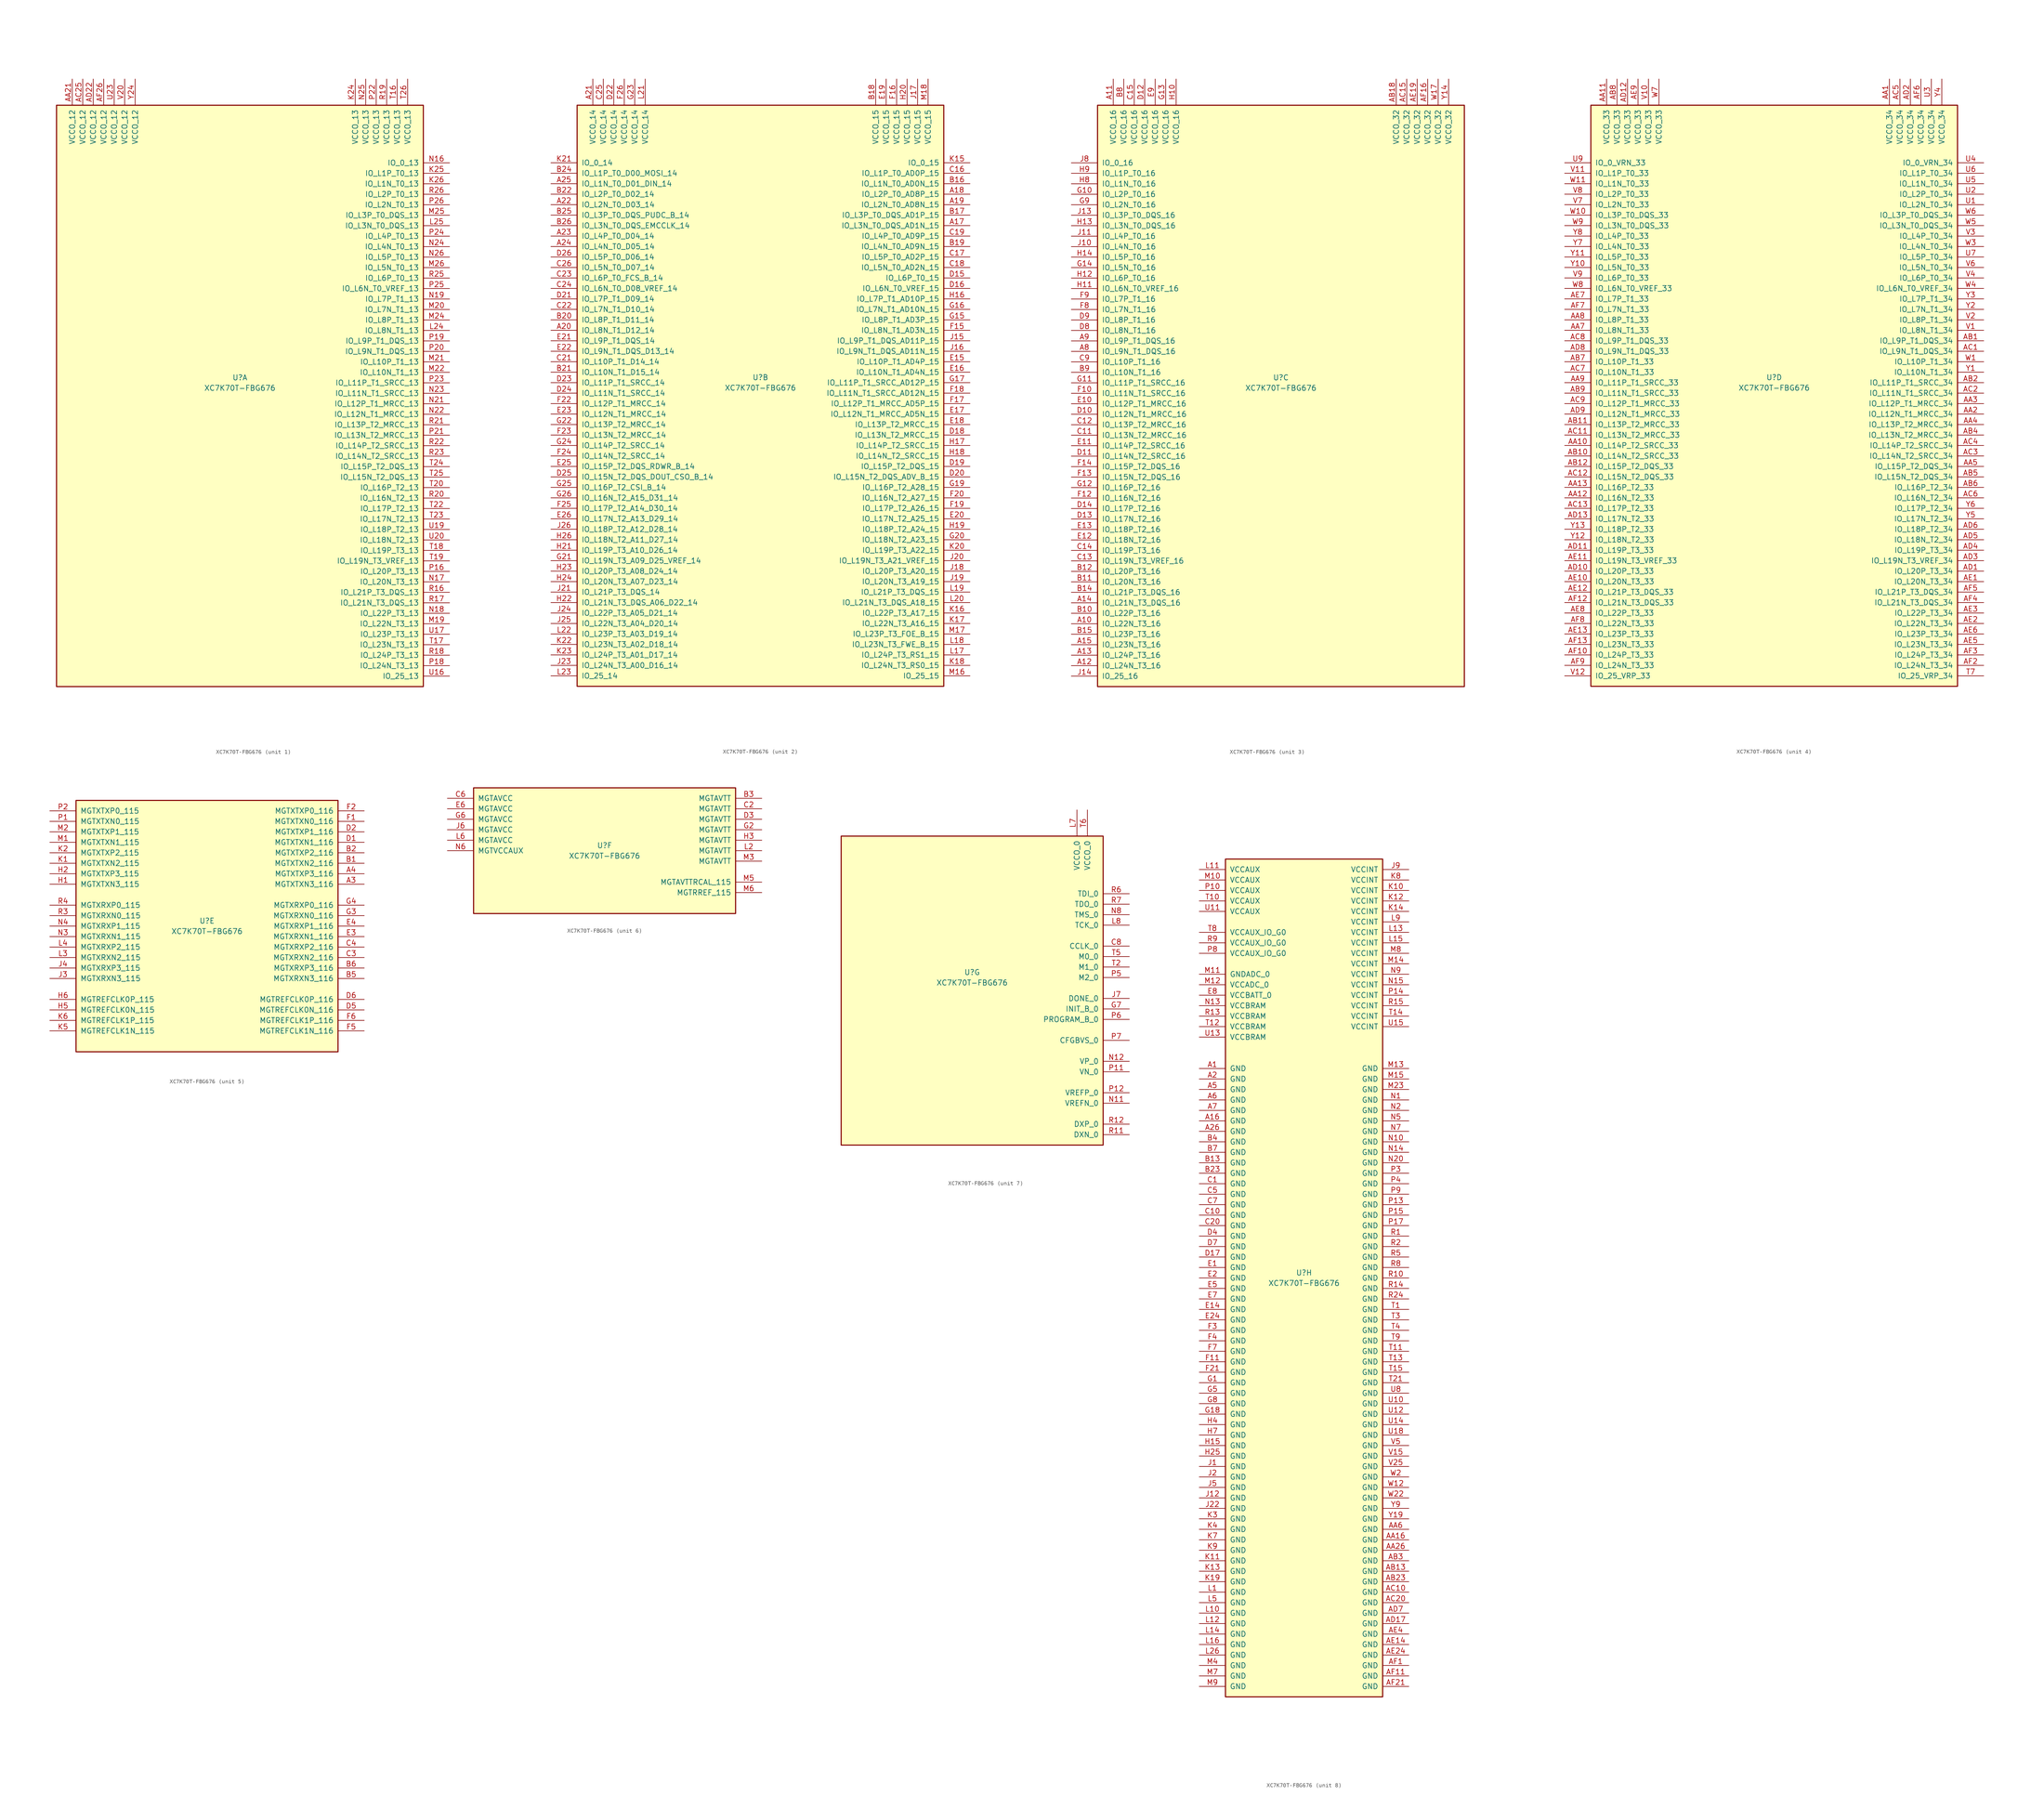
<source format=kicad_sym>
(kicad_symbol_lib
  (version 20231120)
  (generator "kicad_symbol_editor")
  (generator_version "8.0")
  (symbol "XC7K70T-FBG676"
    (pin_names
      (offset 1.016))
    (property "Reference" "U"
      (at 0 1.27 0)
      (effects (font (size 1.27 1.27))))
    (property "Value" "XC7K70T-FBG676"
      (at 0 -1.27 0)
      (effects (font (size 1.27 1.27))))
    (property "Datasheet" ""
      (at 0 0 0)
      (effects (font (size 1.27 1.27))))
    (property "ki_locked" ""
      (at 0 0 0)
      (effects (font (size 1.27 1.27))))
    (symbol "XC7K70T-FBG676_1_1"
      (rectangle (start -44.45 67.31) (end 44.45 -73.66) (stroke (width 0.254) (type default)) (fill (type background)))
      (pin power_in line (at -40.64 73.66 270) (length 6.35) (name "VCCO_12" (effects (font (size 1.27 1.27)))) (number "AA21" (effects (font (size 1.27 1.27)))))
      (pin power_in line (at -38.1 73.66 270) (length 6.35) (name "VCCO_12" (effects (font (size 1.27 1.27)))) (number "AC25" (effects (font (size 1.27 1.27)))))
      (pin power_in line (at -35.56 73.66 270) (length 6.35) (name "VCCO_12" (effects (font (size 1.27 1.27)))) (number "AD22" (effects (font (size 1.27 1.27)))))
      (pin power_in line (at -33.02 73.66 270) (length 6.35) (name "VCCO_12" (effects (font (size 1.27 1.27)))) (number "AF26" (effects (font (size 1.27 1.27)))))
      (pin power_in line (at 27.94 73.66 270) (length 6.35) (name "VCCO_13" (effects (font (size 1.27 1.27)))) (number "K24" (effects (font (size 1.27 1.27)))))
      (pin bidirectional line (at 50.8 50.8 180) (length 6.35) (name "IO_L1P_T0_13" (effects (font (size 1.27 1.27)))) (number "K25" (effects (font (size 1.27 1.27)))))
      (pin bidirectional line (at 50.8 48.26 180) (length 6.35) (name "IO_L1N_T0_13" (effects (font (size 1.27 1.27)))) (number "K26" (effects (font (size 1.27 1.27)))))
      (pin bidirectional line (at 50.8 12.7 180) (length 6.35) (name "IO_L8N_T1_13" (effects (font (size 1.27 1.27)))) (number "L24" (effects (font (size 1.27 1.27)))))
      (pin bidirectional line (at 50.8 38.1 180) (length 6.35) (name "IO_L3N_T0_DQS_13" (effects (font (size 1.27 1.27)))) (number "L25" (effects (font (size 1.27 1.27)))))
      (pin bidirectional line (at 50.8 -58.42 180) (length 6.35) (name "IO_L22N_T3_13" (effects (font (size 1.27 1.27)))) (number "M19" (effects (font (size 1.27 1.27)))))
      (pin bidirectional line (at 50.8 17.78 180) (length 6.35) (name "IO_L7N_T1_13" (effects (font (size 1.27 1.27)))) (number "M20" (effects (font (size 1.27 1.27)))))
      (pin bidirectional line (at 50.8 5.08 180) (length 6.35) (name "IO_L10P_T1_13" (effects (font (size 1.27 1.27)))) (number "M21" (effects (font (size 1.27 1.27)))))
      (pin bidirectional line (at 50.8 2.54 180) (length 6.35) (name "IO_L10N_T1_13" (effects (font (size 1.27 1.27)))) (number "M22" (effects (font (size 1.27 1.27)))))
      (pin bidirectional line (at 50.8 15.24 180) (length 6.35) (name "IO_L8P_T1_13" (effects (font (size 1.27 1.27)))) (number "M24" (effects (font (size 1.27 1.27)))))
      (pin bidirectional line (at 50.8 40.64 180) (length 6.35) (name "IO_L3P_T0_DQS_13" (effects (font (size 1.27 1.27)))) (number "M25" (effects (font (size 1.27 1.27)))))
      (pin bidirectional line (at 50.8 27.94 180) (length 6.35) (name "IO_L5N_T0_13" (effects (font (size 1.27 1.27)))) (number "M26" (effects (font (size 1.27 1.27)))))
      (pin bidirectional line (at 50.8 53.34 180) (length 6.35) (name "IO_0_13" (effects (font (size 1.27 1.27)))) (number "N16" (effects (font (size 1.27 1.27)))))
      (pin bidirectional line (at 50.8 -48.26 180) (length 6.35) (name "IO_L20N_T3_13" (effects (font (size 1.27 1.27)))) (number "N17" (effects (font (size 1.27 1.27)))))
      (pin bidirectional line (at 50.8 -55.88 180) (length 6.35) (name "IO_L22P_T3_13" (effects (font (size 1.27 1.27)))) (number "N18" (effects (font (size 1.27 1.27)))))
      (pin bidirectional line (at 50.8 20.32 180) (length 6.35) (name "IO_L7P_T1_13" (effects (font (size 1.27 1.27)))) (number "N19" (effects (font (size 1.27 1.27)))))
      (pin bidirectional line (at 50.8 -5.08 180) (length 6.35) (name "IO_L12P_T1_MRCC_13" (effects (font (size 1.27 1.27)))) (number "N21" (effects (font (size 1.27 1.27)))))
      (pin bidirectional line (at 50.8 -7.62 180) (length 6.35) (name "IO_L12N_T1_MRCC_13" (effects (font (size 1.27 1.27)))) (number "N22" (effects (font (size 1.27 1.27)))))
      (pin bidirectional line (at 50.8 -2.54 180) (length 6.35) (name "IO_L11N_T1_SRCC_13" (effects (font (size 1.27 1.27)))) (number "N23" (effects (font (size 1.27 1.27)))))
      (pin bidirectional line (at 50.8 33.02 180) (length 6.35) (name "IO_L4N_T0_13" (effects (font (size 1.27 1.27)))) (number "N24" (effects (font (size 1.27 1.27)))))
      (pin power_in line (at 30.48 73.66 270) (length 6.35) (name "VCCO_13" (effects (font (size 1.27 1.27)))) (number "N25" (effects (font (size 1.27 1.27)))))
      (pin bidirectional line (at 50.8 30.48 180) (length 6.35) (name "IO_L5P_T0_13" (effects (font (size 1.27 1.27)))) (number "N26" (effects (font (size 1.27 1.27)))))
      (pin bidirectional line (at 50.8 -45.72 180) (length 6.35) (name "IO_L20P_T3_13" (effects (font (size 1.27 1.27)))) (number "P16" (effects (font (size 1.27 1.27)))))
      (pin bidirectional line (at 50.8 -68.58 180) (length 6.35) (name "IO_L24N_T3_13" (effects (font (size 1.27 1.27)))) (number "P18" (effects (font (size 1.27 1.27)))))
      (pin bidirectional line (at 50.8 10.16 180) (length 6.35) (name "IO_L9P_T1_DQS_13" (effects (font (size 1.27 1.27)))) (number "P19" (effects (font (size 1.27 1.27)))))
      (pin bidirectional line (at 50.8 7.62 180) (length 6.35) (name "IO_L9N_T1_DQS_13" (effects (font (size 1.27 1.27)))) (number "P20" (effects (font (size 1.27 1.27)))))
      (pin bidirectional line (at 50.8 -12.7 180) (length 6.35) (name "IO_L13N_T2_MRCC_13" (effects (font (size 1.27 1.27)))) (number "P21" (effects (font (size 1.27 1.27)))))
      (pin power_in line (at 33.02 73.66 270) (length 6.35) (name "VCCO_13" (effects (font (size 1.27 1.27)))) (number "P22" (effects (font (size 1.27 1.27)))))
      (pin bidirectional line (at 50.8 0 180) (length 6.35) (name "IO_L11P_T1_SRCC_13" (effects (font (size 1.27 1.27)))) (number "P23" (effects (font (size 1.27 1.27)))))
      (pin bidirectional line (at 50.8 35.56 180) (length 6.35) (name "IO_L4P_T0_13" (effects (font (size 1.27 1.27)))) (number "P24" (effects (font (size 1.27 1.27)))))
      (pin bidirectional line (at 50.8 22.86 180) (length 6.35) (name "IO_L6N_T0_VREF_13" (effects (font (size 1.27 1.27)))) (number "P25" (effects (font (size 1.27 1.27)))))
      (pin bidirectional line (at 50.8 43.18 180) (length 6.35) (name "IO_L2N_T0_13" (effects (font (size 1.27 1.27)))) (number "P26" (effects (font (size 1.27 1.27)))))
      (pin bidirectional line (at 50.8 -50.8 180) (length 6.35) (name "IO_L21P_T3_DQS_13" (effects (font (size 1.27 1.27)))) (number "R16" (effects (font (size 1.27 1.27)))))
      (pin bidirectional line (at 50.8 -53.34 180) (length 6.35) (name "IO_L21N_T3_DQS_13" (effects (font (size 1.27 1.27)))) (number "R17" (effects (font (size 1.27 1.27)))))
      (pin bidirectional line (at 50.8 -66.04 180) (length 6.35) (name "IO_L24P_T3_13" (effects (font (size 1.27 1.27)))) (number "R18" (effects (font (size 1.27 1.27)))))
      (pin power_in line (at 35.56 73.66 270) (length 6.35) (name "VCCO_13" (effects (font (size 1.27 1.27)))) (number "R19" (effects (font (size 1.27 1.27)))))
      (pin bidirectional line (at 50.8 -27.94 180) (length 6.35) (name "IO_L16N_T2_13" (effects (font (size 1.27 1.27)))) (number "R20" (effects (font (size 1.27 1.27)))))
      (pin bidirectional line (at 50.8 -10.16 180) (length 6.35) (name "IO_L13P_T2_MRCC_13" (effects (font (size 1.27 1.27)))) (number "R21" (effects (font (size 1.27 1.27)))))
      (pin bidirectional line (at 50.8 -15.24 180) (length 6.35) (name "IO_L14P_T2_SRCC_13" (effects (font (size 1.27 1.27)))) (number "R22" (effects (font (size 1.27 1.27)))))
      (pin bidirectional line (at 50.8 -17.78 180) (length 6.35) (name "IO_L14N_T2_SRCC_13" (effects (font (size 1.27 1.27)))) (number "R23" (effects (font (size 1.27 1.27)))))
      (pin bidirectional line (at 50.8 25.4 180) (length 6.35) (name "IO_L6P_T0_13" (effects (font (size 1.27 1.27)))) (number "R25" (effects (font (size 1.27 1.27)))))
      (pin bidirectional line (at 50.8 45.72 180) (length 6.35) (name "IO_L2P_T0_13" (effects (font (size 1.27 1.27)))) (number "R26" (effects (font (size 1.27 1.27)))))
      (pin power_in line (at 38.1 73.66 270) (length 6.35) (name "VCCO_13" (effects (font (size 1.27 1.27)))) (number "T16" (effects (font (size 1.27 1.27)))))
      (pin bidirectional line (at 50.8 -63.5 180) (length 6.35) (name "IO_L23N_T3_13" (effects (font (size 1.27 1.27)))) (number "T17" (effects (font (size 1.27 1.27)))))
      (pin bidirectional line (at 50.8 -40.64 180) (length 6.35) (name "IO_L19P_T3_13" (effects (font (size 1.27 1.27)))) (number "T18" (effects (font (size 1.27 1.27)))))
      (pin bidirectional line (at 50.8 -43.18 180) (length 6.35) (name "IO_L19N_T3_VREF_13" (effects (font (size 1.27 1.27)))) (number "T19" (effects (font (size 1.27 1.27)))))
      (pin bidirectional line (at 50.8 -25.4 180) (length 6.35) (name "IO_L16P_T2_13" (effects (font (size 1.27 1.27)))) (number "T20" (effects (font (size 1.27 1.27)))))
      (pin bidirectional line (at 50.8 -30.48 180) (length 6.35) (name "IO_L17P_T2_13" (effects (font (size 1.27 1.27)))) (number "T22" (effects (font (size 1.27 1.27)))))
      (pin bidirectional line (at 50.8 -33.02 180) (length 6.35) (name "IO_L17N_T2_13" (effects (font (size 1.27 1.27)))) (number "T23" (effects (font (size 1.27 1.27)))))
      (pin bidirectional line (at 50.8 -20.32 180) (length 6.35) (name "IO_L15P_T2_DQS_13" (effects (font (size 1.27 1.27)))) (number "T24" (effects (font (size 1.27 1.27)))))
      (pin bidirectional line (at 50.8 -22.86 180) (length 6.35) (name "IO_L15N_T2_DQS_13" (effects (font (size 1.27 1.27)))) (number "T25" (effects (font (size 1.27 1.27)))))
      (pin power_in line (at 40.64 73.66 270) (length 6.35) (name "VCCO_13" (effects (font (size 1.27 1.27)))) (number "T26" (effects (font (size 1.27 1.27)))))
      (pin bidirectional line (at 50.8 -71.12 180) (length 6.35) (name "IO_25_13" (effects (font (size 1.27 1.27)))) (number "U16" (effects (font (size 1.27 1.27)))))
      (pin bidirectional line (at 50.8 -60.96 180) (length 6.35) (name "IO_L23P_T3_13" (effects (font (size 1.27 1.27)))) (number "U17" (effects (font (size 1.27 1.27)))))
      (pin bidirectional line (at 50.8 -35.56 180) (length 6.35) (name "IO_L18P_T2_13" (effects (font (size 1.27 1.27)))) (number "U19" (effects (font (size 1.27 1.27)))))
      (pin bidirectional line (at 50.8 -38.1 180) (length 6.35) (name "IO_L18N_T2_13" (effects (font (size 1.27 1.27)))) (number "U20" (effects (font (size 1.27 1.27)))))
      (pin power_in line (at -30.48 73.66 270) (length 6.35) (name "VCCO_12" (effects (font (size 1.27 1.27)))) (number "U23" (effects (font (size 1.27 1.27)))))
      (pin power_in line (at -27.94 73.66 270) (length 6.35) (name "VCCO_12" (effects (font (size 1.27 1.27)))) (number "V20" (effects (font (size 1.27 1.27)))))
      (pin power_in line (at -25.4 73.66 270) (length 6.35) (name "VCCO_12" (effects (font (size 1.27 1.27)))) (number "Y24" (effects (font (size 1.27 1.27))))))
    (symbol "XC7K70T-FBG676_2_1"
      (rectangle (start -44.45 67.31) (end 44.45 -73.66) (stroke (width 0.254) (type default)) (fill (type background)))
      (pin bidirectional line (at 50.8 38.1 180) (length 6.35) (name "IO_L3N_T0_DQS_AD1N_15" (effects (font (size 1.27 1.27)))) (number "A17" (effects (font (size 1.27 1.27)))))
      (pin bidirectional line (at 50.8 45.72 180) (length 6.35) (name "IO_L2P_T0_AD8P_15" (effects (font (size 1.27 1.27)))) (number "A18" (effects (font (size 1.27 1.27)))))
      (pin bidirectional line (at 50.8 43.18 180) (length 6.35) (name "IO_L2N_T0_AD8N_15" (effects (font (size 1.27 1.27)))) (number "A19" (effects (font (size 1.27 1.27)))))
      (pin bidirectional line (at -50.8 12.7 0) (length 6.35) (name "IO_L8N_T1_D12_14" (effects (font (size 1.27 1.27)))) (number "A20" (effects (font (size 1.27 1.27)))))
      (pin power_in line (at -40.64 73.66 270) (length 6.35) (name "VCCO_14" (effects (font (size 1.27 1.27)))) (number "A21" (effects (font (size 1.27 1.27)))))
      (pin bidirectional line (at -50.8 43.18 0) (length 6.35) (name "IO_L2N_T0_D03_14" (effects (font (size 1.27 1.27)))) (number "A22" (effects (font (size 1.27 1.27)))))
      (pin bidirectional line (at -50.8 35.56 0) (length 6.35) (name "IO_L4P_T0_D04_14" (effects (font (size 1.27 1.27)))) (number "A23" (effects (font (size 1.27 1.27)))))
      (pin bidirectional line (at -50.8 33.02 0) (length 6.35) (name "IO_L4N_T0_D05_14" (effects (font (size 1.27 1.27)))) (number "A24" (effects (font (size 1.27 1.27)))))
      (pin bidirectional line (at -50.8 48.26 0) (length 6.35) (name "IO_L1N_T0_D01_DIN_14" (effects (font (size 1.27 1.27)))) (number "A25" (effects (font (size 1.27 1.27)))))
      (pin bidirectional line (at 50.8 48.26 180) (length 6.35) (name "IO_L1N_T0_AD0N_15" (effects (font (size 1.27 1.27)))) (number "B16" (effects (font (size 1.27 1.27)))))
      (pin bidirectional line (at 50.8 40.64 180) (length 6.35) (name "IO_L3P_T0_DQS_AD1P_15" (effects (font (size 1.27 1.27)))) (number "B17" (effects (font (size 1.27 1.27)))))
      (pin power_in line (at 27.94 73.66 270) (length 6.35) (name "VCCO_15" (effects (font (size 1.27 1.27)))) (number "B18" (effects (font (size 1.27 1.27)))))
      (pin bidirectional line (at 50.8 33.02 180) (length 6.35) (name "IO_L4N_T0_AD9N_15" (effects (font (size 1.27 1.27)))) (number "B19" (effects (font (size 1.27 1.27)))))
      (pin bidirectional line (at -50.8 15.24 0) (length 6.35) (name "IO_L8P_T1_D11_14" (effects (font (size 1.27 1.27)))) (number "B20" (effects (font (size 1.27 1.27)))))
      (pin bidirectional line (at -50.8 2.54 0) (length 6.35) (name "IO_L10N_T1_D15_14" (effects (font (size 1.27 1.27)))) (number "B21" (effects (font (size 1.27 1.27)))))
      (pin bidirectional line (at -50.8 45.72 0) (length 6.35) (name "IO_L2P_T0_D02_14" (effects (font (size 1.27 1.27)))) (number "B22" (effects (font (size 1.27 1.27)))))
      (pin bidirectional line (at -50.8 50.8 0) (length 6.35) (name "IO_L1P_T0_D00_MOSI_14" (effects (font (size 1.27 1.27)))) (number "B24" (effects (font (size 1.27 1.27)))))
      (pin bidirectional line (at -50.8 40.64 0) (length 6.35) (name "IO_L3P_T0_DQS_PUDC_B_14" (effects (font (size 1.27 1.27)))) (number "B25" (effects (font (size 1.27 1.27)))))
      (pin bidirectional line (at -50.8 38.1 0) (length 6.35) (name "IO_L3N_T0_DQS_EMCCLK_14" (effects (font (size 1.27 1.27)))) (number "B26" (effects (font (size 1.27 1.27)))))
      (pin bidirectional line (at 50.8 50.8 180) (length 6.35) (name "IO_L1P_T0_AD0P_15" (effects (font (size 1.27 1.27)))) (number "C16" (effects (font (size 1.27 1.27)))))
      (pin bidirectional line (at 50.8 30.48 180) (length 6.35) (name "IO_L5P_T0_AD2P_15" (effects (font (size 1.27 1.27)))) (number "C17" (effects (font (size 1.27 1.27)))))
      (pin bidirectional line (at 50.8 27.94 180) (length 6.35) (name "IO_L5N_T0_AD2N_15" (effects (font (size 1.27 1.27)))) (number "C18" (effects (font (size 1.27 1.27)))))
      (pin bidirectional line (at 50.8 35.56 180) (length 6.35) (name "IO_L4P_T0_AD9P_15" (effects (font (size 1.27 1.27)))) (number "C19" (effects (font (size 1.27 1.27)))))
      (pin bidirectional line (at -50.8 5.08 0) (length 6.35) (name "IO_L10P_T1_D14_14" (effects (font (size 1.27 1.27)))) (number "C21" (effects (font (size 1.27 1.27)))))
      (pin bidirectional line (at -50.8 17.78 0) (length 6.35) (name "IO_L7N_T1_D10_14" (effects (font (size 1.27 1.27)))) (number "C22" (effects (font (size 1.27 1.27)))))
      (pin bidirectional line (at -50.8 25.4 0) (length 6.35) (name "IO_L6P_T0_FCS_B_14" (effects (font (size 1.27 1.27)))) (number "C23" (effects (font (size 1.27 1.27)))))
      (pin bidirectional line (at -50.8 22.86 0) (length 6.35) (name "IO_L6N_T0_D08_VREF_14" (effects (font (size 1.27 1.27)))) (number "C24" (effects (font (size 1.27 1.27)))))
      (pin power_in line (at -38.1 73.66 270) (length 6.35) (name "VCCO_14" (effects (font (size 1.27 1.27)))) (number "C25" (effects (font (size 1.27 1.27)))))
      (pin bidirectional line (at -50.8 27.94 0) (length 6.35) (name "IO_L5N_T0_D07_14" (effects (font (size 1.27 1.27)))) (number "C26" (effects (font (size 1.27 1.27)))))
      (pin bidirectional line (at 50.8 25.4 180) (length 6.35) (name "IO_L6P_T0_15" (effects (font (size 1.27 1.27)))) (number "D15" (effects (font (size 1.27 1.27)))))
      (pin bidirectional line (at 50.8 22.86 180) (length 6.35) (name "IO_L6N_T0_VREF_15" (effects (font (size 1.27 1.27)))) (number "D16" (effects (font (size 1.27 1.27)))))
      (pin bidirectional line (at 50.8 -12.7 180) (length 6.35) (name "IO_L13N_T2_MRCC_15" (effects (font (size 1.27 1.27)))) (number "D18" (effects (font (size 1.27 1.27)))))
      (pin bidirectional line (at 50.8 -20.32 180) (length 6.35) (name "IO_L15P_T2_DQS_15" (effects (font (size 1.27 1.27)))) (number "D19" (effects (font (size 1.27 1.27)))))
      (pin bidirectional line (at 50.8 -22.86 180) (length 6.35) (name "IO_L15N_T2_DQS_ADV_B_15" (effects (font (size 1.27 1.27)))) (number "D20" (effects (font (size 1.27 1.27)))))
      (pin bidirectional line (at -50.8 20.32 0) (length 6.35) (name "IO_L7P_T1_D09_14" (effects (font (size 1.27 1.27)))) (number "D21" (effects (font (size 1.27 1.27)))))
      (pin power_in line (at -35.56 73.66 270) (length 6.35) (name "VCCO_14" (effects (font (size 1.27 1.27)))) (number "D22" (effects (font (size 1.27 1.27)))))
      (pin bidirectional line (at -50.8 0 0) (length 6.35) (name "IO_L11P_T1_SRCC_14" (effects (font (size 1.27 1.27)))) (number "D23" (effects (font (size 1.27 1.27)))))
      (pin bidirectional line (at -50.8 -2.54 0) (length 6.35) (name "IO_L11N_T1_SRCC_14" (effects (font (size 1.27 1.27)))) (number "D24" (effects (font (size 1.27 1.27)))))
      (pin bidirectional line (at -50.8 -22.86 0) (length 6.35) (name "IO_L15N_T2_DQS_DOUT_CSO_B_14" (effects (font (size 1.27 1.27)))) (number "D25" (effects (font (size 1.27 1.27)))))
      (pin bidirectional line (at -50.8 30.48 0) (length 6.35) (name "IO_L5P_T0_D06_14" (effects (font (size 1.27 1.27)))) (number "D26" (effects (font (size 1.27 1.27)))))
      (pin bidirectional line (at 50.8 5.08 180) (length 6.35) (name "IO_L10P_T1_AD4P_15" (effects (font (size 1.27 1.27)))) (number "E15" (effects (font (size 1.27 1.27)))))
      (pin bidirectional line (at 50.8 2.54 180) (length 6.35) (name "IO_L10N_T1_AD4N_15" (effects (font (size 1.27 1.27)))) (number "E16" (effects (font (size 1.27 1.27)))))
      (pin bidirectional line (at 50.8 -7.62 180) (length 6.35) (name "IO_L12N_T1_MRCC_AD5N_15" (effects (font (size 1.27 1.27)))) (number "E17" (effects (font (size 1.27 1.27)))))
      (pin bidirectional line (at 50.8 -10.16 180) (length 6.35) (name "IO_L13P_T2_MRCC_15" (effects (font (size 1.27 1.27)))) (number "E18" (effects (font (size 1.27 1.27)))))
      (pin power_in line (at 30.48 73.66 270) (length 6.35) (name "VCCO_15" (effects (font (size 1.27 1.27)))) (number "E19" (effects (font (size 1.27 1.27)))))
      (pin bidirectional line (at 50.8 -33.02 180) (length 6.35) (name "IO_L17N_T2_A25_15" (effects (font (size 1.27 1.27)))) (number "E20" (effects (font (size 1.27 1.27)))))
      (pin bidirectional line (at -50.8 10.16 0) (length 6.35) (name "IO_L9P_T1_DQS_14" (effects (font (size 1.27 1.27)))) (number "E21" (effects (font (size 1.27 1.27)))))
      (pin bidirectional line (at -50.8 7.62 0) (length 6.35) (name "IO_L9N_T1_DQS_D13_14" (effects (font (size 1.27 1.27)))) (number "E22" (effects (font (size 1.27 1.27)))))
      (pin bidirectional line (at -50.8 -7.62 0) (length 6.35) (name "IO_L12N_T1_MRCC_14" (effects (font (size 1.27 1.27)))) (number "E23" (effects (font (size 1.27 1.27)))))
      (pin bidirectional line (at -50.8 -20.32 0) (length 6.35) (name "IO_L15P_T2_DQS_RDWR_B_14" (effects (font (size 1.27 1.27)))) (number "E25" (effects (font (size 1.27 1.27)))))
      (pin bidirectional line (at -50.8 -33.02 0) (length 6.35) (name "IO_L17N_T2_A13_D29_14" (effects (font (size 1.27 1.27)))) (number "E26" (effects (font (size 1.27 1.27)))))
      (pin bidirectional line (at 50.8 12.7 180) (length 6.35) (name "IO_L8N_T1_AD3N_15" (effects (font (size 1.27 1.27)))) (number "F15" (effects (font (size 1.27 1.27)))))
      (pin power_in line (at 33.02 73.66 270) (length 6.35) (name "VCCO_15" (effects (font (size 1.27 1.27)))) (number "F16" (effects (font (size 1.27 1.27)))))
      (pin bidirectional line (at 50.8 -5.08 180) (length 6.35) (name "IO_L12P_T1_MRCC_AD5P_15" (effects (font (size 1.27 1.27)))) (number "F17" (effects (font (size 1.27 1.27)))))
      (pin bidirectional line (at 50.8 -2.54 180) (length 6.35) (name "IO_L11N_T1_SRCC_AD12N_15" (effects (font (size 1.27 1.27)))) (number "F18" (effects (font (size 1.27 1.27)))))
      (pin bidirectional line (at 50.8 -30.48 180) (length 6.35) (name "IO_L17P_T2_A26_15" (effects (font (size 1.27 1.27)))) (number "F19" (effects (font (size 1.27 1.27)))))
      (pin bidirectional line (at 50.8 -27.94 180) (length 6.35) (name "IO_L16N_T2_A27_15" (effects (font (size 1.27 1.27)))) (number "F20" (effects (font (size 1.27 1.27)))))
      (pin bidirectional line (at -50.8 -5.08 0) (length 6.35) (name "IO_L12P_T1_MRCC_14" (effects (font (size 1.27 1.27)))) (number "F22" (effects (font (size 1.27 1.27)))))
      (pin bidirectional line (at -50.8 -12.7 0) (length 6.35) (name "IO_L13N_T2_MRCC_14" (effects (font (size 1.27 1.27)))) (number "F23" (effects (font (size 1.27 1.27)))))
      (pin bidirectional line (at -50.8 -17.78 0) (length 6.35) (name "IO_L14N_T2_SRCC_14" (effects (font (size 1.27 1.27)))) (number "F24" (effects (font (size 1.27 1.27)))))
      (pin bidirectional line (at -50.8 -30.48 0) (length 6.35) (name "IO_L17P_T2_A14_D30_14" (effects (font (size 1.27 1.27)))) (number "F25" (effects (font (size 1.27 1.27)))))
      (pin power_in line (at -33.02 73.66 270) (length 6.35) (name "VCCO_14" (effects (font (size 1.27 1.27)))) (number "F26" (effects (font (size 1.27 1.27)))))
      (pin bidirectional line (at 50.8 15.24 180) (length 6.35) (name "IO_L8P_T1_AD3P_15" (effects (font (size 1.27 1.27)))) (number "G15" (effects (font (size 1.27 1.27)))))
      (pin bidirectional line (at 50.8 17.78 180) (length 6.35) (name "IO_L7N_T1_AD10N_15" (effects (font (size 1.27 1.27)))) (number "G16" (effects (font (size 1.27 1.27)))))
      (pin bidirectional line (at 50.8 0 180) (length 6.35) (name "IO_L11P_T1_SRCC_AD12P_15" (effects (font (size 1.27 1.27)))) (number "G17" (effects (font (size 1.27 1.27)))))
      (pin bidirectional line (at 50.8 -25.4 180) (length 6.35) (name "IO_L16P_T2_A28_15" (effects (font (size 1.27 1.27)))) (number "G19" (effects (font (size 1.27 1.27)))))
      (pin bidirectional line (at 50.8 -38.1 180) (length 6.35) (name "IO_L18N_T2_A23_15" (effects (font (size 1.27 1.27)))) (number "G20" (effects (font (size 1.27 1.27)))))
      (pin bidirectional line (at -50.8 -43.18 0) (length 6.35) (name "IO_L19N_T3_A09_D25_VREF_14" (effects (font (size 1.27 1.27)))) (number "G21" (effects (font (size 1.27 1.27)))))
      (pin bidirectional line (at -50.8 -10.16 0) (length 6.35) (name "IO_L13P_T2_MRCC_14" (effects (font (size 1.27 1.27)))) (number "G22" (effects (font (size 1.27 1.27)))))
      (pin power_in line (at -30.48 73.66 270) (length 6.35) (name "VCCO_14" (effects (font (size 1.27 1.27)))) (number "G23" (effects (font (size 1.27 1.27)))))
      (pin bidirectional line (at -50.8 -15.24 0) (length 6.35) (name "IO_L14P_T2_SRCC_14" (effects (font (size 1.27 1.27)))) (number "G24" (effects (font (size 1.27 1.27)))))
      (pin bidirectional line (at -50.8 -25.4 0) (length 6.35) (name "IO_L16P_T2_CSI_B_14" (effects (font (size 1.27 1.27)))) (number "G25" (effects (font (size 1.27 1.27)))))
      (pin bidirectional line (at -50.8 -27.94 0) (length 6.35) (name "IO_L16N_T2_A15_D31_14" (effects (font (size 1.27 1.27)))) (number "G26" (effects (font (size 1.27 1.27)))))
      (pin bidirectional line (at 50.8 20.32 180) (length 6.35) (name "IO_L7P_T1_AD10P_15" (effects (font (size 1.27 1.27)))) (number "H16" (effects (font (size 1.27 1.27)))))
      (pin bidirectional line (at 50.8 -15.24 180) (length 6.35) (name "IO_L14P_T2_SRCC_15" (effects (font (size 1.27 1.27)))) (number "H17" (effects (font (size 1.27 1.27)))))
      (pin bidirectional line (at 50.8 -17.78 180) (length 6.35) (name "IO_L14N_T2_SRCC_15" (effects (font (size 1.27 1.27)))) (number "H18" (effects (font (size 1.27 1.27)))))
      (pin bidirectional line (at 50.8 -35.56 180) (length 6.35) (name "IO_L18P_T2_A24_15" (effects (font (size 1.27 1.27)))) (number "H19" (effects (font (size 1.27 1.27)))))
      (pin power_in line (at 35.56 73.66 270) (length 6.35) (name "VCCO_15" (effects (font (size 1.27 1.27)))) (number "H20" (effects (font (size 1.27 1.27)))))
      (pin bidirectional line (at -50.8 -40.64 0) (length 6.35) (name "IO_L19P_T3_A10_D26_14" (effects (font (size 1.27 1.27)))) (number "H21" (effects (font (size 1.27 1.27)))))
      (pin bidirectional line (at -50.8 -53.34 0) (length 6.35) (name "IO_L21N_T3_DQS_A06_D22_14" (effects (font (size 1.27 1.27)))) (number "H22" (effects (font (size 1.27 1.27)))))
      (pin bidirectional line (at -50.8 -45.72 0) (length 6.35) (name "IO_L20P_T3_A08_D24_14" (effects (font (size 1.27 1.27)))) (number "H23" (effects (font (size 1.27 1.27)))))
      (pin bidirectional line (at -50.8 -48.26 0) (length 6.35) (name "IO_L20N_T3_A07_D23_14" (effects (font (size 1.27 1.27)))) (number "H24" (effects (font (size 1.27 1.27)))))
      (pin bidirectional line (at -50.8 -38.1 0) (length 6.35) (name "IO_L18N_T2_A11_D27_14" (effects (font (size 1.27 1.27)))) (number "H26" (effects (font (size 1.27 1.27)))))
      (pin bidirectional line (at 50.8 10.16 180) (length 6.35) (name "IO_L9P_T1_DQS_AD11P_15" (effects (font (size 1.27 1.27)))) (number "J15" (effects (font (size 1.27 1.27)))))
      (pin bidirectional line (at 50.8 7.62 180) (length 6.35) (name "IO_L9N_T1_DQS_AD11N_15" (effects (font (size 1.27 1.27)))) (number "J16" (effects (font (size 1.27 1.27)))))
      (pin power_in line (at 38.1 73.66 270) (length 6.35) (name "VCCO_15" (effects (font (size 1.27 1.27)))) (number "J17" (effects (font (size 1.27 1.27)))))
      (pin bidirectional line (at 50.8 -45.72 180) (length 6.35) (name "IO_L20P_T3_A20_15" (effects (font (size 1.27 1.27)))) (number "J18" (effects (font (size 1.27 1.27)))))
      (pin bidirectional line (at 50.8 -48.26 180) (length 6.35) (name "IO_L20N_T3_A19_15" (effects (font (size 1.27 1.27)))) (number "J19" (effects (font (size 1.27 1.27)))))
      (pin bidirectional line (at 50.8 -43.18 180) (length 6.35) (name "IO_L19N_T3_A21_VREF_15" (effects (font (size 1.27 1.27)))) (number "J20" (effects (font (size 1.27 1.27)))))
      (pin bidirectional line (at -50.8 -50.8 0) (length 6.35) (name "IO_L21P_T3_DQS_14" (effects (font (size 1.27 1.27)))) (number "J21" (effects (font (size 1.27 1.27)))))
      (pin bidirectional line (at -50.8 -68.58 0) (length 6.35) (name "IO_L24N_T3_A00_D16_14" (effects (font (size 1.27 1.27)))) (number "J23" (effects (font (size 1.27 1.27)))))
      (pin bidirectional line (at -50.8 -55.88 0) (length 6.35) (name "IO_L22P_T3_A05_D21_14" (effects (font (size 1.27 1.27)))) (number "J24" (effects (font (size 1.27 1.27)))))
      (pin bidirectional line (at -50.8 -58.42 0) (length 6.35) (name "IO_L22N_T3_A04_D20_14" (effects (font (size 1.27 1.27)))) (number "J25" (effects (font (size 1.27 1.27)))))
      (pin bidirectional line (at -50.8 -35.56 0) (length 6.35) (name "IO_L18P_T2_A12_D28_14" (effects (font (size 1.27 1.27)))) (number "J26" (effects (font (size 1.27 1.27)))))
      (pin bidirectional line (at 50.8 53.34 180) (length 6.35) (name "IO_0_15" (effects (font (size 1.27 1.27)))) (number "K15" (effects (font (size 1.27 1.27)))))
      (pin bidirectional line (at 50.8 -55.88 180) (length 6.35) (name "IO_L22P_T3_A17_15" (effects (font (size 1.27 1.27)))) (number "K16" (effects (font (size 1.27 1.27)))))
      (pin bidirectional line (at 50.8 -58.42 180) (length 6.35) (name "IO_L22N_T3_A16_15" (effects (font (size 1.27 1.27)))) (number "K17" (effects (font (size 1.27 1.27)))))
      (pin bidirectional line (at 50.8 -68.58 180) (length 6.35) (name "IO_L24N_T3_RS0_15" (effects (font (size 1.27 1.27)))) (number "K18" (effects (font (size 1.27 1.27)))))
      (pin bidirectional line (at 50.8 -40.64 180) (length 6.35) (name "IO_L19P_T3_A22_15" (effects (font (size 1.27 1.27)))) (number "K20" (effects (font (size 1.27 1.27)))))
      (pin bidirectional line (at -50.8 53.34 0) (length 6.35) (name "IO_0_14" (effects (font (size 1.27 1.27)))) (number "K21" (effects (font (size 1.27 1.27)))))
      (pin bidirectional line (at -50.8 -63.5 0) (length 6.35) (name "IO_L23N_T3_A02_D18_14" (effects (font (size 1.27 1.27)))) (number "K22" (effects (font (size 1.27 1.27)))))
      (pin bidirectional line (at -50.8 -66.04 0) (length 6.35) (name "IO_L24P_T3_A01_D17_14" (effects (font (size 1.27 1.27)))) (number "K23" (effects (font (size 1.27 1.27)))))
      (pin bidirectional line (at 50.8 -66.04 180) (length 6.35) (name "IO_L24P_T3_RS1_15" (effects (font (size 1.27 1.27)))) (number "L17" (effects (font (size 1.27 1.27)))))
      (pin bidirectional line (at 50.8 -63.5 180) (length 6.35) (name "IO_L23N_T3_FWE_B_15" (effects (font (size 1.27 1.27)))) (number "L18" (effects (font (size 1.27 1.27)))))
      (pin bidirectional line (at 50.8 -50.8 180) (length 6.35) (name "IO_L21P_T3_DQS_15" (effects (font (size 1.27 1.27)))) (number "L19" (effects (font (size 1.27 1.27)))))
      (pin bidirectional line (at 50.8 -53.34 180) (length 6.35) (name "IO_L21N_T3_DQS_A18_15" (effects (font (size 1.27 1.27)))) (number "L20" (effects (font (size 1.27 1.27)))))
      (pin power_in line (at -27.94 73.66 270) (length 6.35) (name "VCCO_14" (effects (font (size 1.27 1.27)))) (number "L21" (effects (font (size 1.27 1.27)))))
      (pin bidirectional line (at -50.8 -60.96 0) (length 6.35) (name "IO_L23P_T3_A03_D19_14" (effects (font (size 1.27 1.27)))) (number "L22" (effects (font (size 1.27 1.27)))))
      (pin bidirectional line (at -50.8 -71.12 0) (length 6.35) (name "IO_25_14" (effects (font (size 1.27 1.27)))) (number "L23" (effects (font (size 1.27 1.27)))))
      (pin bidirectional line (at 50.8 -71.12 180) (length 6.35) (name "IO_25_15" (effects (font (size 1.27 1.27)))) (number "M16" (effects (font (size 1.27 1.27)))))
      (pin bidirectional line (at 50.8 -60.96 180) (length 6.35) (name "IO_L23P_T3_FOE_B_15" (effects (font (size 1.27 1.27)))) (number "M17" (effects (font (size 1.27 1.27)))))
      (pin power_in line (at 40.64 73.66 270) (length 6.35) (name "VCCO_15" (effects (font (size 1.27 1.27)))) (number "M18" (effects (font (size 1.27 1.27))))))
    (symbol "XC7K70T-FBG676_3_1"
      (rectangle (start -44.45 67.31) (end 44.45 -73.66) (stroke (width 0.254) (type default)) (fill (type background)))
      (pin bidirectional line (at -50.8 -58.42 0) (length 6.35) (name "IO_L22N_T3_16" (effects (font (size 1.27 1.27)))) (number "A10" (effects (font (size 1.27 1.27)))))
      (pin power_in line (at -40.64 73.66 270) (length 6.35) (name "VCCO_16" (effects (font (size 1.27 1.27)))) (number "A11" (effects (font (size 1.27 1.27)))))
      (pin bidirectional line (at -50.8 -68.58 0) (length 6.35) (name "IO_L24N_T3_16" (effects (font (size 1.27 1.27)))) (number "A12" (effects (font (size 1.27 1.27)))))
      (pin bidirectional line (at -50.8 -66.04 0) (length 6.35) (name "IO_L24P_T3_16" (effects (font (size 1.27 1.27)))) (number "A13" (effects (font (size 1.27 1.27)))))
      (pin bidirectional line (at -50.8 -53.34 0) (length 6.35) (name "IO_L21N_T3_DQS_16" (effects (font (size 1.27 1.27)))) (number "A14" (effects (font (size 1.27 1.27)))))
      (pin bidirectional line (at -50.8 -63.5 0) (length 6.35) (name "IO_L23N_T3_16" (effects (font (size 1.27 1.27)))) (number "A15" (effects (font (size 1.27 1.27)))))
      (pin bidirectional line (at -50.8 7.62 0) (length 6.35) (name "IO_L9N_T1_DQS_16" (effects (font (size 1.27 1.27)))) (number "A8" (effects (font (size 1.27 1.27)))))
      (pin bidirectional line (at -50.8 10.16 0) (length 6.35) (name "IO_L9P_T1_DQS_16" (effects (font (size 1.27 1.27)))) (number "A9" (effects (font (size 1.27 1.27)))))
      (pin power_in line (at 27.94 73.66 270) (length 6.35) (name "VCCO_32" (effects (font (size 1.27 1.27)))) (number "AB18" (effects (font (size 1.27 1.27)))))
      (pin power_in line (at 30.48 73.66 270) (length 6.35) (name "VCCO_32" (effects (font (size 1.27 1.27)))) (number "AC15" (effects (font (size 1.27 1.27)))))
      (pin power_in line (at 33.02 73.66 270) (length 6.35) (name "VCCO_32" (effects (font (size 1.27 1.27)))) (number "AE19" (effects (font (size 1.27 1.27)))))
      (pin power_in line (at 35.56 73.66 270) (length 6.35) (name "VCCO_32" (effects (font (size 1.27 1.27)))) (number "AF16" (effects (font (size 1.27 1.27)))))
      (pin bidirectional line (at -50.8 -55.88 0) (length 6.35) (name "IO_L22P_T3_16" (effects (font (size 1.27 1.27)))) (number "B10" (effects (font (size 1.27 1.27)))))
      (pin bidirectional line (at -50.8 -48.26 0) (length 6.35) (name "IO_L20N_T3_16" (effects (font (size 1.27 1.27)))) (number "B11" (effects (font (size 1.27 1.27)))))
      (pin bidirectional line (at -50.8 -45.72 0) (length 6.35) (name "IO_L20P_T3_16" (effects (font (size 1.27 1.27)))) (number "B12" (effects (font (size 1.27 1.27)))))
      (pin bidirectional line (at -50.8 -50.8 0) (length 6.35) (name "IO_L21P_T3_DQS_16" (effects (font (size 1.27 1.27)))) (number "B14" (effects (font (size 1.27 1.27)))))
      (pin bidirectional line (at -50.8 -60.96 0) (length 6.35) (name "IO_L23P_T3_16" (effects (font (size 1.27 1.27)))) (number "B15" (effects (font (size 1.27 1.27)))))
      (pin power_in line (at -38.1 73.66 270) (length 6.35) (name "VCCO_16" (effects (font (size 1.27 1.27)))) (number "B8" (effects (font (size 1.27 1.27)))))
      (pin bidirectional line (at -50.8 2.54 0) (length 6.35) (name "IO_L10N_T1_16" (effects (font (size 1.27 1.27)))) (number "B9" (effects (font (size 1.27 1.27)))))
      (pin bidirectional line (at -50.8 -12.7 0) (length 6.35) (name "IO_L13N_T2_MRCC_16" (effects (font (size 1.27 1.27)))) (number "C11" (effects (font (size 1.27 1.27)))))
      (pin bidirectional line (at -50.8 -10.16 0) (length 6.35) (name "IO_L13P_T2_MRCC_16" (effects (font (size 1.27 1.27)))) (number "C12" (effects (font (size 1.27 1.27)))))
      (pin bidirectional line (at -50.8 -43.18 0) (length 6.35) (name "IO_L19N_T3_VREF_16" (effects (font (size 1.27 1.27)))) (number "C13" (effects (font (size 1.27 1.27)))))
      (pin bidirectional line (at -50.8 -40.64 0) (length 6.35) (name "IO_L19P_T3_16" (effects (font (size 1.27 1.27)))) (number "C14" (effects (font (size 1.27 1.27)))))
      (pin power_in line (at -35.56 73.66 270) (length 6.35) (name "VCCO_16" (effects (font (size 1.27 1.27)))) (number "C15" (effects (font (size 1.27 1.27)))))
      (pin bidirectional line (at -50.8 5.08 0) (length 6.35) (name "IO_L10P_T1_16" (effects (font (size 1.27 1.27)))) (number "C9" (effects (font (size 1.27 1.27)))))
      (pin bidirectional line (at -50.8 -7.62 0) (length 6.35) (name "IO_L12N_T1_MRCC_16" (effects (font (size 1.27 1.27)))) (number "D10" (effects (font (size 1.27 1.27)))))
      (pin bidirectional line (at -50.8 -17.78 0) (length 6.35) (name "IO_L14N_T2_SRCC_16" (effects (font (size 1.27 1.27)))) (number "D11" (effects (font (size 1.27 1.27)))))
      (pin power_in line (at -33.02 73.66 270) (length 6.35) (name "VCCO_16" (effects (font (size 1.27 1.27)))) (number "D12" (effects (font (size 1.27 1.27)))))
      (pin bidirectional line (at -50.8 -33.02 0) (length 6.35) (name "IO_L17N_T2_16" (effects (font (size 1.27 1.27)))) (number "D13" (effects (font (size 1.27 1.27)))))
      (pin bidirectional line (at -50.8 -30.48 0) (length 6.35) (name "IO_L17P_T2_16" (effects (font (size 1.27 1.27)))) (number "D14" (effects (font (size 1.27 1.27)))))
      (pin bidirectional line (at -50.8 12.7 0) (length 6.35) (name "IO_L8N_T1_16" (effects (font (size 1.27 1.27)))) (number "D8" (effects (font (size 1.27 1.27)))))
      (pin bidirectional line (at -50.8 15.24 0) (length 6.35) (name "IO_L8P_T1_16" (effects (font (size 1.27 1.27)))) (number "D9" (effects (font (size 1.27 1.27)))))
      (pin bidirectional line (at -50.8 -5.08 0) (length 6.35) (name "IO_L12P_T1_MRCC_16" (effects (font (size 1.27 1.27)))) (number "E10" (effects (font (size 1.27 1.27)))))
      (pin bidirectional line (at -50.8 -15.24 0) (length 6.35) (name "IO_L14P_T2_SRCC_16" (effects (font (size 1.27 1.27)))) (number "E11" (effects (font (size 1.27 1.27)))))
      (pin bidirectional line (at -50.8 -38.1 0) (length 6.35) (name "IO_L18N_T2_16" (effects (font (size 1.27 1.27)))) (number "E12" (effects (font (size 1.27 1.27)))))
      (pin bidirectional line (at -50.8 -35.56 0) (length 6.35) (name "IO_L18P_T2_16" (effects (font (size 1.27 1.27)))) (number "E13" (effects (font (size 1.27 1.27)))))
      (pin power_in line (at -30.48 73.66 270) (length 6.35) (name "VCCO_16" (effects (font (size 1.27 1.27)))) (number "E9" (effects (font (size 1.27 1.27)))))
      (pin bidirectional line (at -50.8 -2.54 0) (length 6.35) (name "IO_L11N_T1_SRCC_16" (effects (font (size 1.27 1.27)))) (number "F10" (effects (font (size 1.27 1.27)))))
      (pin bidirectional line (at -50.8 -27.94 0) (length 6.35) (name "IO_L16N_T2_16" (effects (font (size 1.27 1.27)))) (number "F12" (effects (font (size 1.27 1.27)))))
      (pin bidirectional line (at -50.8 -22.86 0) (length 6.35) (name "IO_L15N_T2_DQS_16" (effects (font (size 1.27 1.27)))) (number "F13" (effects (font (size 1.27 1.27)))))
      (pin bidirectional line (at -50.8 -20.32 0) (length 6.35) (name "IO_L15P_T2_DQS_16" (effects (font (size 1.27 1.27)))) (number "F14" (effects (font (size 1.27 1.27)))))
      (pin bidirectional line (at -50.8 17.78 0) (length 6.35) (name "IO_L7N_T1_16" (effects (font (size 1.27 1.27)))) (number "F8" (effects (font (size 1.27 1.27)))))
      (pin bidirectional line (at -50.8 20.32 0) (length 6.35) (name "IO_L7P_T1_16" (effects (font (size 1.27 1.27)))) (number "F9" (effects (font (size 1.27 1.27)))))
      (pin bidirectional line (at -50.8 45.72 0) (length 6.35) (name "IO_L2P_T0_16" (effects (font (size 1.27 1.27)))) (number "G10" (effects (font (size 1.27 1.27)))))
      (pin bidirectional line (at -50.8 0 0) (length 6.35) (name "IO_L11P_T1_SRCC_16" (effects (font (size 1.27 1.27)))) (number "G11" (effects (font (size 1.27 1.27)))))
      (pin bidirectional line (at -50.8 -25.4 0) (length 6.35) (name "IO_L16P_T2_16" (effects (font (size 1.27 1.27)))) (number "G12" (effects (font (size 1.27 1.27)))))
      (pin power_in line (at -27.94 73.66 270) (length 6.35) (name "VCCO_16" (effects (font (size 1.27 1.27)))) (number "G13" (effects (font (size 1.27 1.27)))))
      (pin bidirectional line (at -50.8 27.94 0) (length 6.35) (name "IO_L5N_T0_16" (effects (font (size 1.27 1.27)))) (number "G14" (effects (font (size 1.27 1.27)))))
      (pin bidirectional line (at -50.8 43.18 0) (length 6.35) (name "IO_L2N_T0_16" (effects (font (size 1.27 1.27)))) (number "G9" (effects (font (size 1.27 1.27)))))
      (pin power_in line (at -25.4 73.66 270) (length 6.35) (name "VCCO_16" (effects (font (size 1.27 1.27)))) (number "H10" (effects (font (size 1.27 1.27)))))
      (pin bidirectional line (at -50.8 22.86 0) (length 6.35) (name "IO_L6N_T0_VREF_16" (effects (font (size 1.27 1.27)))) (number "H11" (effects (font (size 1.27 1.27)))))
      (pin bidirectional line (at -50.8 25.4 0) (length 6.35) (name "IO_L6P_T0_16" (effects (font (size 1.27 1.27)))) (number "H12" (effects (font (size 1.27 1.27)))))
      (pin bidirectional line (at -50.8 38.1 0) (length 6.35) (name "IO_L3N_T0_DQS_16" (effects (font (size 1.27 1.27)))) (number "H13" (effects (font (size 1.27 1.27)))))
      (pin bidirectional line (at -50.8 30.48 0) (length 6.35) (name "IO_L5P_T0_16" (effects (font (size 1.27 1.27)))) (number "H14" (effects (font (size 1.27 1.27)))))
      (pin bidirectional line (at -50.8 48.26 0) (length 6.35) (name "IO_L1N_T0_16" (effects (font (size 1.27 1.27)))) (number "H8" (effects (font (size 1.27 1.27)))))
      (pin bidirectional line (at -50.8 50.8 0) (length 6.35) (name "IO_L1P_T0_16" (effects (font (size 1.27 1.27)))) (number "H9" (effects (font (size 1.27 1.27)))))
      (pin bidirectional line (at -50.8 33.02 0) (length 6.35) (name "IO_L4N_T0_16" (effects (font (size 1.27 1.27)))) (number "J10" (effects (font (size 1.27 1.27)))))
      (pin bidirectional line (at -50.8 35.56 0) (length 6.35) (name "IO_L4P_T0_16" (effects (font (size 1.27 1.27)))) (number "J11" (effects (font (size 1.27 1.27)))))
      (pin bidirectional line (at -50.8 40.64 0) (length 6.35) (name "IO_L3P_T0_DQS_16" (effects (font (size 1.27 1.27)))) (number "J13" (effects (font (size 1.27 1.27)))))
      (pin bidirectional line (at -50.8 -71.12 0) (length 6.35) (name "IO_25_16" (effects (font (size 1.27 1.27)))) (number "J14" (effects (font (size 1.27 1.27)))))
      (pin bidirectional line (at -50.8 53.34 0) (length 6.35) (name "IO_0_16" (effects (font (size 1.27 1.27)))) (number "J8" (effects (font (size 1.27 1.27)))))
      (pin power_in line (at 38.1 73.66 270) (length 6.35) (name "VCCO_32" (effects (font (size 1.27 1.27)))) (number "W17" (effects (font (size 1.27 1.27)))))
      (pin power_in line (at 40.64 73.66 270) (length 6.35) (name "VCCO_32" (effects (font (size 1.27 1.27)))) (number "Y14" (effects (font (size 1.27 1.27))))))
    (symbol "XC7K70T-FBG676_4_1"
      (rectangle (start -44.45 67.31) (end 44.45 -73.66) (stroke (width 0.254) (type default)) (fill (type background)))
      (pin power_in line (at 27.94 73.66 270) (length 6.35) (name "VCCO_34" (effects (font (size 1.27 1.27)))) (number "AA1" (effects (font (size 1.27 1.27)))))
      (pin bidirectional line (at -50.8 -15.24 0) (length 6.35) (name "IO_L14P_T2_SRCC_33" (effects (font (size 1.27 1.27)))) (number "AA10" (effects (font (size 1.27 1.27)))))
      (pin power_in line (at -40.64 73.66 270) (length 6.35) (name "VCCO_33" (effects (font (size 1.27 1.27)))) (number "AA11" (effects (font (size 1.27 1.27)))))
      (pin bidirectional line (at -50.8 -27.94 0) (length 6.35) (name "IO_L16N_T2_33" (effects (font (size 1.27 1.27)))) (number "AA12" (effects (font (size 1.27 1.27)))))
      (pin bidirectional line (at -50.8 -25.4 0) (length 6.35) (name "IO_L16P_T2_33" (effects (font (size 1.27 1.27)))) (number "AA13" (effects (font (size 1.27 1.27)))))
      (pin bidirectional line (at 50.8 -7.62 180) (length 6.35) (name "IO_L12N_T1_MRCC_34" (effects (font (size 1.27 1.27)))) (number "AA2" (effects (font (size 1.27 1.27)))))
      (pin bidirectional line (at 50.8 -5.08 180) (length 6.35) (name "IO_L12P_T1_MRCC_34" (effects (font (size 1.27 1.27)))) (number "AA3" (effects (font (size 1.27 1.27)))))
      (pin bidirectional line (at 50.8 -10.16 180) (length 6.35) (name "IO_L13P_T2_MRCC_34" (effects (font (size 1.27 1.27)))) (number "AA4" (effects (font (size 1.27 1.27)))))
      (pin bidirectional line (at 50.8 -20.32 180) (length 6.35) (name "IO_L15P_T2_DQS_34" (effects (font (size 1.27 1.27)))) (number "AA5" (effects (font (size 1.27 1.27)))))
      (pin bidirectional line (at -50.8 12.7 0) (length 6.35) (name "IO_L8N_T1_33" (effects (font (size 1.27 1.27)))) (number "AA7" (effects (font (size 1.27 1.27)))))
      (pin bidirectional line (at -50.8 15.24 0) (length 6.35) (name "IO_L8P_T1_33" (effects (font (size 1.27 1.27)))) (number "AA8" (effects (font (size 1.27 1.27)))))
      (pin bidirectional line (at -50.8 0 0) (length 6.35) (name "IO_L11P_T1_SRCC_33" (effects (font (size 1.27 1.27)))) (number "AA9" (effects (font (size 1.27 1.27)))))
      (pin bidirectional line (at 50.8 10.16 180) (length 6.35) (name "IO_L9P_T1_DQS_34" (effects (font (size 1.27 1.27)))) (number "AB1" (effects (font (size 1.27 1.27)))))
      (pin bidirectional line (at -50.8 -17.78 0) (length 6.35) (name "IO_L14N_T2_SRCC_33" (effects (font (size 1.27 1.27)))) (number "AB10" (effects (font (size 1.27 1.27)))))
      (pin bidirectional line (at -50.8 -10.16 0) (length 6.35) (name "IO_L13P_T2_MRCC_33" (effects (font (size 1.27 1.27)))) (number "AB11" (effects (font (size 1.27 1.27)))))
      (pin bidirectional line (at -50.8 -20.32 0) (length 6.35) (name "IO_L15P_T2_DQS_33" (effects (font (size 1.27 1.27)))) (number "AB12" (effects (font (size 1.27 1.27)))))
      (pin bidirectional line (at 50.8 0 180) (length 6.35) (name "IO_L11P_T1_SRCC_34" (effects (font (size 1.27 1.27)))) (number "AB2" (effects (font (size 1.27 1.27)))))
      (pin bidirectional line (at 50.8 -12.7 180) (length 6.35) (name "IO_L13N_T2_MRCC_34" (effects (font (size 1.27 1.27)))) (number "AB4" (effects (font (size 1.27 1.27)))))
      (pin bidirectional line (at 50.8 -22.86 180) (length 6.35) (name "IO_L15N_T2_DQS_34" (effects (font (size 1.27 1.27)))) (number "AB5" (effects (font (size 1.27 1.27)))))
      (pin bidirectional line (at 50.8 -25.4 180) (length 6.35) (name "IO_L16P_T2_34" (effects (font (size 1.27 1.27)))) (number "AB6" (effects (font (size 1.27 1.27)))))
      (pin bidirectional line (at -50.8 5.08 0) (length 6.35) (name "IO_L10P_T1_33" (effects (font (size 1.27 1.27)))) (number "AB7" (effects (font (size 1.27 1.27)))))
      (pin power_in line (at -38.1 73.66 270) (length 6.35) (name "VCCO_33" (effects (font (size 1.27 1.27)))) (number "AB8" (effects (font (size 1.27 1.27)))))
      (pin bidirectional line (at -50.8 -2.54 0) (length 6.35) (name "IO_L11N_T1_SRCC_33" (effects (font (size 1.27 1.27)))) (number "AB9" (effects (font (size 1.27 1.27)))))
      (pin bidirectional line (at 50.8 7.62 180) (length 6.35) (name "IO_L9N_T1_DQS_34" (effects (font (size 1.27 1.27)))) (number "AC1" (effects (font (size 1.27 1.27)))))
      (pin bidirectional line (at -50.8 -12.7 0) (length 6.35) (name "IO_L13N_T2_MRCC_33" (effects (font (size 1.27 1.27)))) (number "AC11" (effects (font (size 1.27 1.27)))))
      (pin bidirectional line (at -50.8 -22.86 0) (length 6.35) (name "IO_L15N_T2_DQS_33" (effects (font (size 1.27 1.27)))) (number "AC12" (effects (font (size 1.27 1.27)))))
      (pin bidirectional line (at -50.8 -30.48 0) (length 6.35) (name "IO_L17P_T2_33" (effects (font (size 1.27 1.27)))) (number "AC13" (effects (font (size 1.27 1.27)))))
      (pin bidirectional line (at 50.8 -2.54 180) (length 6.35) (name "IO_L11N_T1_SRCC_34" (effects (font (size 1.27 1.27)))) (number "AC2" (effects (font (size 1.27 1.27)))))
      (pin bidirectional line (at 50.8 -17.78 180) (length 6.35) (name "IO_L14N_T2_SRCC_34" (effects (font (size 1.27 1.27)))) (number "AC3" (effects (font (size 1.27 1.27)))))
      (pin bidirectional line (at 50.8 -15.24 180) (length 6.35) (name "IO_L14P_T2_SRCC_34" (effects (font (size 1.27 1.27)))) (number "AC4" (effects (font (size 1.27 1.27)))))
      (pin power_in line (at 30.48 73.66 270) (length 6.35) (name "VCCO_34" (effects (font (size 1.27 1.27)))) (number "AC5" (effects (font (size 1.27 1.27)))))
      (pin bidirectional line (at 50.8 -27.94 180) (length 6.35) (name "IO_L16N_T2_34" (effects (font (size 1.27 1.27)))) (number "AC6" (effects (font (size 1.27 1.27)))))
      (pin bidirectional line (at -50.8 2.54 0) (length 6.35) (name "IO_L10N_T1_33" (effects (font (size 1.27 1.27)))) (number "AC7" (effects (font (size 1.27 1.27)))))
      (pin bidirectional line (at -50.8 10.16 0) (length 6.35) (name "IO_L9P_T1_DQS_33" (effects (font (size 1.27 1.27)))) (number "AC8" (effects (font (size 1.27 1.27)))))
      (pin bidirectional line (at -50.8 -5.08 0) (length 6.35) (name "IO_L12P_T1_MRCC_33" (effects (font (size 1.27 1.27)))) (number "AC9" (effects (font (size 1.27 1.27)))))
      (pin bidirectional line (at 50.8 -45.72 180) (length 6.35) (name "IO_L20P_T3_34" (effects (font (size 1.27 1.27)))) (number "AD1" (effects (font (size 1.27 1.27)))))
      (pin bidirectional line (at -50.8 -45.72 0) (length 6.35) (name "IO_L20P_T3_33" (effects (font (size 1.27 1.27)))) (number "AD10" (effects (font (size 1.27 1.27)))))
      (pin bidirectional line (at -50.8 -40.64 0) (length 6.35) (name "IO_L19P_T3_33" (effects (font (size 1.27 1.27)))) (number "AD11" (effects (font (size 1.27 1.27)))))
      (pin power_in line (at -35.56 73.66 270) (length 6.35) (name "VCCO_33" (effects (font (size 1.27 1.27)))) (number "AD12" (effects (font (size 1.27 1.27)))))
      (pin bidirectional line (at -50.8 -33.02 0) (length 6.35) (name "IO_L17N_T2_33" (effects (font (size 1.27 1.27)))) (number "AD13" (effects (font (size 1.27 1.27)))))
      (pin power_in line (at 33.02 73.66 270) (length 6.35) (name "VCCO_34" (effects (font (size 1.27 1.27)))) (number "AD2" (effects (font (size 1.27 1.27)))))
      (pin bidirectional line (at 50.8 -43.18 180) (length 6.35) (name "IO_L19N_T3_VREF_34" (effects (font (size 1.27 1.27)))) (number "AD3" (effects (font (size 1.27 1.27)))))
      (pin bidirectional line (at 50.8 -40.64 180) (length 6.35) (name "IO_L19P_T3_34" (effects (font (size 1.27 1.27)))) (number "AD4" (effects (font (size 1.27 1.27)))))
      (pin bidirectional line (at 50.8 -38.1 180) (length 6.35) (name "IO_L18N_T2_34" (effects (font (size 1.27 1.27)))) (number "AD5" (effects (font (size 1.27 1.27)))))
      (pin bidirectional line (at 50.8 -35.56 180) (length 6.35) (name "IO_L18P_T2_34" (effects (font (size 1.27 1.27)))) (number "AD6" (effects (font (size 1.27 1.27)))))
      (pin bidirectional line (at -50.8 7.62 0) (length 6.35) (name "IO_L9N_T1_DQS_33" (effects (font (size 1.27 1.27)))) (number "AD8" (effects (font (size 1.27 1.27)))))
      (pin bidirectional line (at -50.8 -7.62 0) (length 6.35) (name "IO_L12N_T1_MRCC_33" (effects (font (size 1.27 1.27)))) (number "AD9" (effects (font (size 1.27 1.27)))))
      (pin bidirectional line (at 50.8 -48.26 180) (length 6.35) (name "IO_L20N_T3_34" (effects (font (size 1.27 1.27)))) (number "AE1" (effects (font (size 1.27 1.27)))))
      (pin bidirectional line (at -50.8 -48.26 0) (length 6.35) (name "IO_L20N_T3_33" (effects (font (size 1.27 1.27)))) (number "AE10" (effects (font (size 1.27 1.27)))))
      (pin bidirectional line (at -50.8 -43.18 0) (length 6.35) (name "IO_L19N_T3_VREF_33" (effects (font (size 1.27 1.27)))) (number "AE11" (effects (font (size 1.27 1.27)))))
      (pin bidirectional line (at -50.8 -50.8 0) (length 6.35) (name "IO_L21P_T3_DQS_33" (effects (font (size 1.27 1.27)))) (number "AE12" (effects (font (size 1.27 1.27)))))
      (pin bidirectional line (at -50.8 -60.96 0) (length 6.35) (name "IO_L23P_T3_33" (effects (font (size 1.27 1.27)))) (number "AE13" (effects (font (size 1.27 1.27)))))
      (pin bidirectional line (at 50.8 -58.42 180) (length 6.35) (name "IO_L22N_T3_34" (effects (font (size 1.27 1.27)))) (number "AE2" (effects (font (size 1.27 1.27)))))
      (pin bidirectional line (at 50.8 -55.88 180) (length 6.35) (name "IO_L22P_T3_34" (effects (font (size 1.27 1.27)))) (number "AE3" (effects (font (size 1.27 1.27)))))
      (pin bidirectional line (at 50.8 -63.5 180) (length 6.35) (name "IO_L23N_T3_34" (effects (font (size 1.27 1.27)))) (number "AE5" (effects (font (size 1.27 1.27)))))
      (pin bidirectional line (at 50.8 -60.96 180) (length 6.35) (name "IO_L23P_T3_34" (effects (font (size 1.27 1.27)))) (number "AE6" (effects (font (size 1.27 1.27)))))
      (pin bidirectional line (at -50.8 20.32 0) (length 6.35) (name "IO_L7P_T1_33" (effects (font (size 1.27 1.27)))) (number "AE7" (effects (font (size 1.27 1.27)))))
      (pin bidirectional line (at -50.8 -55.88 0) (length 6.35) (name "IO_L22P_T3_33" (effects (font (size 1.27 1.27)))) (number "AE8" (effects (font (size 1.27 1.27)))))
      (pin power_in line (at -33.02 73.66 270) (length 6.35) (name "VCCO_33" (effects (font (size 1.27 1.27)))) (number "AE9" (effects (font (size 1.27 1.27)))))
      (pin bidirectional line (at -50.8 -66.04 0) (length 6.35) (name "IO_L24P_T3_33" (effects (font (size 1.27 1.27)))) (number "AF10" (effects (font (size 1.27 1.27)))))
      (pin bidirectional line (at -50.8 -53.34 0) (length 6.35) (name "IO_L21N_T3_DQS_33" (effects (font (size 1.27 1.27)))) (number "AF12" (effects (font (size 1.27 1.27)))))
      (pin bidirectional line (at -50.8 -63.5 0) (length 6.35) (name "IO_L23N_T3_33" (effects (font (size 1.27 1.27)))) (number "AF13" (effects (font (size 1.27 1.27)))))
      (pin bidirectional line (at 50.8 -68.58 180) (length 6.35) (name "IO_L24N_T3_34" (effects (font (size 1.27 1.27)))) (number "AF2" (effects (font (size 1.27 1.27)))))
      (pin bidirectional line (at 50.8 -66.04 180) (length 6.35) (name "IO_L24P_T3_34" (effects (font (size 1.27 1.27)))) (number "AF3" (effects (font (size 1.27 1.27)))))
      (pin bidirectional line (at 50.8 -53.34 180) (length 6.35) (name "IO_L21N_T3_DQS_34" (effects (font (size 1.27 1.27)))) (number "AF4" (effects (font (size 1.27 1.27)))))
      (pin bidirectional line (at 50.8 -50.8 180) (length 6.35) (name "IO_L21P_T3_DQS_34" (effects (font (size 1.27 1.27)))) (number "AF5" (effects (font (size 1.27 1.27)))))
      (pin power_in line (at 35.56 73.66 270) (length 6.35) (name "VCCO_34" (effects (font (size 1.27 1.27)))) (number "AF6" (effects (font (size 1.27 1.27)))))
      (pin bidirectional line (at -50.8 17.78 0) (length 6.35) (name "IO_L7N_T1_33" (effects (font (size 1.27 1.27)))) (number "AF7" (effects (font (size 1.27 1.27)))))
      (pin bidirectional line (at -50.8 -58.42 0) (length 6.35) (name "IO_L22N_T3_33" (effects (font (size 1.27 1.27)))) (number "AF8" (effects (font (size 1.27 1.27)))))
      (pin bidirectional line (at -50.8 -68.58 0) (length 6.35) (name "IO_L24N_T3_33" (effects (font (size 1.27 1.27)))) (number "AF9" (effects (font (size 1.27 1.27)))))
      (pin bidirectional line (at 50.8 -71.12 180) (length 6.35) (name "IO_25_VRP_34" (effects (font (size 1.27 1.27)))) (number "T7" (effects (font (size 1.27 1.27)))))
      (pin bidirectional line (at 50.8 43.18 180) (length 6.35) (name "IO_L2N_T0_34" (effects (font (size 1.27 1.27)))) (number "U1" (effects (font (size 1.27 1.27)))))
      (pin bidirectional line (at 50.8 45.72 180) (length 6.35) (name "IO_L2P_T0_34" (effects (font (size 1.27 1.27)))) (number "U2" (effects (font (size 1.27 1.27)))))
      (pin power_in line (at 38.1 73.66 270) (length 6.35) (name "VCCO_34" (effects (font (size 1.27 1.27)))) (number "U3" (effects (font (size 1.27 1.27)))))
      (pin bidirectional line (at 50.8 53.34 180) (length 6.35) (name "IO_0_VRN_34" (effects (font (size 1.27 1.27)))) (number "U4" (effects (font (size 1.27 1.27)))))
      (pin bidirectional line (at 50.8 48.26 180) (length 6.35) (name "IO_L1N_T0_34" (effects (font (size 1.27 1.27)))) (number "U5" (effects (font (size 1.27 1.27)))))
      (pin bidirectional line (at 50.8 50.8 180) (length 6.35) (name "IO_L1P_T0_34" (effects (font (size 1.27 1.27)))) (number "U6" (effects (font (size 1.27 1.27)))))
      (pin bidirectional line (at 50.8 30.48 180) (length 6.35) (name "IO_L5P_T0_34" (effects (font (size 1.27 1.27)))) (number "U7" (effects (font (size 1.27 1.27)))))
      (pin bidirectional line (at -50.8 53.34 0) (length 6.35) (name "IO_0_VRN_33" (effects (font (size 1.27 1.27)))) (number "U9" (effects (font (size 1.27 1.27)))))
      (pin bidirectional line (at 50.8 12.7 180) (length 6.35) (name "IO_L8N_T1_34" (effects (font (size 1.27 1.27)))) (number "V1" (effects (font (size 1.27 1.27)))))
      (pin power_in line (at -30.48 73.66 270) (length 6.35) (name "VCCO_33" (effects (font (size 1.27 1.27)))) (number "V10" (effects (font (size 1.27 1.27)))))
      (pin bidirectional line (at -50.8 50.8 0) (length 6.35) (name "IO_L1P_T0_33" (effects (font (size 1.27 1.27)))) (number "V11" (effects (font (size 1.27 1.27)))))
      (pin bidirectional line (at -50.8 -71.12 0) (length 6.35) (name "IO_25_VRP_33" (effects (font (size 1.27 1.27)))) (number "V12" (effects (font (size 1.27 1.27)))))
      (pin bidirectional line (at 50.8 15.24 180) (length 6.35) (name "IO_L8P_T1_34" (effects (font (size 1.27 1.27)))) (number "V2" (effects (font (size 1.27 1.27)))))
      (pin bidirectional line (at 50.8 35.56 180) (length 6.35) (name "IO_L4P_T0_34" (effects (font (size 1.27 1.27)))) (number "V3" (effects (font (size 1.27 1.27)))))
      (pin bidirectional line (at 50.8 25.4 180) (length 6.35) (name "IO_L6P_T0_34" (effects (font (size 1.27 1.27)))) (number "V4" (effects (font (size 1.27 1.27)))))
      (pin bidirectional line (at 50.8 27.94 180) (length 6.35) (name "IO_L5N_T0_34" (effects (font (size 1.27 1.27)))) (number "V6" (effects (font (size 1.27 1.27)))))
      (pin bidirectional line (at -50.8 43.18 0) (length 6.35) (name "IO_L2N_T0_33" (effects (font (size 1.27 1.27)))) (number "V7" (effects (font (size 1.27 1.27)))))
      (pin bidirectional line (at -50.8 45.72 0) (length 6.35) (name "IO_L2P_T0_33" (effects (font (size 1.27 1.27)))) (number "V8" (effects (font (size 1.27 1.27)))))
      (pin bidirectional line (at -50.8 25.4 0) (length 6.35) (name "IO_L6P_T0_33" (effects (font (size 1.27 1.27)))) (number "V9" (effects (font (size 1.27 1.27)))))
      (pin bidirectional line (at 50.8 5.08 180) (length 6.35) (name "IO_L10P_T1_34" (effects (font (size 1.27 1.27)))) (number "W1" (effects (font (size 1.27 1.27)))))
      (pin bidirectional line (at -50.8 40.64 0) (length 6.35) (name "IO_L3P_T0_DQS_33" (effects (font (size 1.27 1.27)))) (number "W10" (effects (font (size 1.27 1.27)))))
      (pin bidirectional line (at -50.8 48.26 0) (length 6.35) (name "IO_L1N_T0_33" (effects (font (size 1.27 1.27)))) (number "W11" (effects (font (size 1.27 1.27)))))
      (pin bidirectional line (at 50.8 33.02 180) (length 6.35) (name "IO_L4N_T0_34" (effects (font (size 1.27 1.27)))) (number "W3" (effects (font (size 1.27 1.27)))))
      (pin bidirectional line (at 50.8 22.86 180) (length 6.35) (name "IO_L6N_T0_VREF_34" (effects (font (size 1.27 1.27)))) (number "W4" (effects (font (size 1.27 1.27)))))
      (pin bidirectional line (at 50.8 38.1 180) (length 6.35) (name "IO_L3N_T0_DQS_34" (effects (font (size 1.27 1.27)))) (number "W5" (effects (font (size 1.27 1.27)))))
      (pin bidirectional line (at 50.8 40.64 180) (length 6.35) (name "IO_L3P_T0_DQS_34" (effects (font (size 1.27 1.27)))) (number "W6" (effects (font (size 1.27 1.27)))))
      (pin power_in line (at -27.94 73.66 270) (length 6.35) (name "VCCO_33" (effects (font (size 1.27 1.27)))) (number "W7" (effects (font (size 1.27 1.27)))))
      (pin bidirectional line (at -50.8 22.86 0) (length 6.35) (name "IO_L6N_T0_VREF_33" (effects (font (size 1.27 1.27)))) (number "W8" (effects (font (size 1.27 1.27)))))
      (pin bidirectional line (at -50.8 38.1 0) (length 6.35) (name "IO_L3N_T0_DQS_33" (effects (font (size 1.27 1.27)))) (number "W9" (effects (font (size 1.27 1.27)))))
      (pin bidirectional line (at 50.8 2.54 180) (length 6.35) (name "IO_L10N_T1_34" (effects (font (size 1.27 1.27)))) (number "Y1" (effects (font (size 1.27 1.27)))))
      (pin bidirectional line (at -50.8 27.94 0) (length 6.35) (name "IO_L5N_T0_33" (effects (font (size 1.27 1.27)))) (number "Y10" (effects (font (size 1.27 1.27)))))
      (pin bidirectional line (at -50.8 30.48 0) (length 6.35) (name "IO_L5P_T0_33" (effects (font (size 1.27 1.27)))) (number "Y11" (effects (font (size 1.27 1.27)))))
      (pin bidirectional line (at -50.8 -38.1 0) (length 6.35) (name "IO_L18N_T2_33" (effects (font (size 1.27 1.27)))) (number "Y12" (effects (font (size 1.27 1.27)))))
      (pin bidirectional line (at -50.8 -35.56 0) (length 6.35) (name "IO_L18P_T2_33" (effects (font (size 1.27 1.27)))) (number "Y13" (effects (font (size 1.27 1.27)))))
      (pin bidirectional line (at 50.8 17.78 180) (length 6.35) (name "IO_L7N_T1_34" (effects (font (size 1.27 1.27)))) (number "Y2" (effects (font (size 1.27 1.27)))))
      (pin bidirectional line (at 50.8 20.32 180) (length 6.35) (name "IO_L7P_T1_34" (effects (font (size 1.27 1.27)))) (number "Y3" (effects (font (size 1.27 1.27)))))
      (pin power_in line (at 40.64 73.66 270) (length 6.35) (name "VCCO_34" (effects (font (size 1.27 1.27)))) (number "Y4" (effects (font (size 1.27 1.27)))))
      (pin bidirectional line (at 50.8 -33.02 180) (length 6.35) (name "IO_L17N_T2_34" (effects (font (size 1.27 1.27)))) (number "Y5" (effects (font (size 1.27 1.27)))))
      (pin bidirectional line (at 50.8 -30.48 180) (length 6.35) (name "IO_L17P_T2_34" (effects (font (size 1.27 1.27)))) (number "Y6" (effects (font (size 1.27 1.27)))))
      (pin bidirectional line (at -50.8 33.02 0) (length 6.35) (name "IO_L4N_T0_33" (effects (font (size 1.27 1.27)))) (number "Y7" (effects (font (size 1.27 1.27)))))
      (pin bidirectional line (at -50.8 35.56 0) (length 6.35) (name "IO_L4P_T0_33" (effects (font (size 1.27 1.27)))) (number "Y8" (effects (font (size 1.27 1.27))))))
    (symbol "XC7K70T-FBG676_5_1"
      (rectangle (start -31.75 30.48) (end 31.75 -30.48) (stroke (width 0.254) (type default)) (fill (type background)))
      (pin bidirectional line (at 38.1 10.16 180) (length 6.35) (name "MGTXTXN3_116" (effects (font (size 1.27 1.27)))) (number "A3" (effects (font (size 1.27 1.27)))))
      (pin bidirectional line (at 38.1 12.7 180) (length 6.35) (name "MGTXTXP3_116" (effects (font (size 1.27 1.27)))) (number "A4" (effects (font (size 1.27 1.27)))))
      (pin bidirectional line (at 38.1 15.24 180) (length 6.35) (name "MGTXTXN2_116" (effects (font (size 1.27 1.27)))) (number "B1" (effects (font (size 1.27 1.27)))))
      (pin bidirectional line (at 38.1 17.78 180) (length 6.35) (name "MGTXTXP2_116" (effects (font (size 1.27 1.27)))) (number "B2" (effects (font (size 1.27 1.27)))))
      (pin bidirectional line (at 38.1 -12.7 180) (length 6.35) (name "MGTXRXN3_116" (effects (font (size 1.27 1.27)))) (number "B5" (effects (font (size 1.27 1.27)))))
      (pin bidirectional line (at 38.1 -10.16 180) (length 6.35) (name "MGTXRXP3_116" (effects (font (size 1.27 1.27)))) (number "B6" (effects (font (size 1.27 1.27)))))
      (pin bidirectional line (at 38.1 -7.62 180) (length 6.35) (name "MGTXRXN2_116" (effects (font (size 1.27 1.27)))) (number "C3" (effects (font (size 1.27 1.27)))))
      (pin bidirectional line (at 38.1 -5.08 180) (length 6.35) (name "MGTXRXP2_116" (effects (font (size 1.27 1.27)))) (number "C4" (effects (font (size 1.27 1.27)))))
      (pin bidirectional line (at 38.1 20.32 180) (length 6.35) (name "MGTXTXN1_116" (effects (font (size 1.27 1.27)))) (number "D1" (effects (font (size 1.27 1.27)))))
      (pin bidirectional line (at 38.1 22.86 180) (length 6.35) (name "MGTXTXP1_116" (effects (font (size 1.27 1.27)))) (number "D2" (effects (font (size 1.27 1.27)))))
      (pin bidirectional line (at 38.1 -20.32 180) (length 6.35) (name "MGTREFCLK0N_116" (effects (font (size 1.27 1.27)))) (number "D5" (effects (font (size 1.27 1.27)))))
      (pin bidirectional line (at 38.1 -17.78 180) (length 6.35) (name "MGTREFCLK0P_116" (effects (font (size 1.27 1.27)))) (number "D6" (effects (font (size 1.27 1.27)))))
      (pin bidirectional line (at 38.1 -2.54 180) (length 6.35) (name "MGTXRXN1_116" (effects (font (size 1.27 1.27)))) (number "E3" (effects (font (size 1.27 1.27)))))
      (pin bidirectional line (at 38.1 0 180) (length 6.35) (name "MGTXRXP1_116" (effects (font (size 1.27 1.27)))) (number "E4" (effects (font (size 1.27 1.27)))))
      (pin bidirectional line (at 38.1 25.4 180) (length 6.35) (name "MGTXTXN0_116" (effects (font (size 1.27 1.27)))) (number "F1" (effects (font (size 1.27 1.27)))))
      (pin bidirectional line (at 38.1 27.94 180) (length 6.35) (name "MGTXTXP0_116" (effects (font (size 1.27 1.27)))) (number "F2" (effects (font (size 1.27 1.27)))))
      (pin bidirectional line (at 38.1 -25.4 180) (length 6.35) (name "MGTREFCLK1N_116" (effects (font (size 1.27 1.27)))) (number "F5" (effects (font (size 1.27 1.27)))))
      (pin bidirectional line (at 38.1 -22.86 180) (length 6.35) (name "MGTREFCLK1P_116" (effects (font (size 1.27 1.27)))) (number "F6" (effects (font (size 1.27 1.27)))))
      (pin bidirectional line (at 38.1 2.54 180) (length 6.35) (name "MGTXRXN0_116" (effects (font (size 1.27 1.27)))) (number "G3" (effects (font (size 1.27 1.27)))))
      (pin bidirectional line (at 38.1 5.08 180) (length 6.35) (name "MGTXRXP0_116" (effects (font (size 1.27 1.27)))) (number "G4" (effects (font (size 1.27 1.27)))))
      (pin bidirectional line (at -38.1 10.16 0) (length 6.35) (name "MGTXTXN3_115" (effects (font (size 1.27 1.27)))) (number "H1" (effects (font (size 1.27 1.27)))))
      (pin bidirectional line (at -38.1 12.7 0) (length 6.35) (name "MGTXTXP3_115" (effects (font (size 1.27 1.27)))) (number "H2" (effects (font (size 1.27 1.27)))))
      (pin bidirectional line (at -38.1 -20.32 0) (length 6.35) (name "MGTREFCLK0N_115" (effects (font (size 1.27 1.27)))) (number "H5" (effects (font (size 1.27 1.27)))))
      (pin bidirectional line (at -38.1 -17.78 0) (length 6.35) (name "MGTREFCLK0P_115" (effects (font (size 1.27 1.27)))) (number "H6" (effects (font (size 1.27 1.27)))))
      (pin bidirectional line (at -38.1 -12.7 0) (length 6.35) (name "MGTXRXN3_115" (effects (font (size 1.27 1.27)))) (number "J3" (effects (font (size 1.27 1.27)))))
      (pin bidirectional line (at -38.1 -10.16 0) (length 6.35) (name "MGTXRXP3_115" (effects (font (size 1.27 1.27)))) (number "J4" (effects (font (size 1.27 1.27)))))
      (pin bidirectional line (at -38.1 15.24 0) (length 6.35) (name "MGTXTXN2_115" (effects (font (size 1.27 1.27)))) (number "K1" (effects (font (size 1.27 1.27)))))
      (pin bidirectional line (at -38.1 17.78 0) (length 6.35) (name "MGTXTXP2_115" (effects (font (size 1.27 1.27)))) (number "K2" (effects (font (size 1.27 1.27)))))
      (pin bidirectional line (at -38.1 -25.4 0) (length 6.35) (name "MGTREFCLK1N_115" (effects (font (size 1.27 1.27)))) (number "K5" (effects (font (size 1.27 1.27)))))
      (pin bidirectional line (at -38.1 -22.86 0) (length 6.35) (name "MGTREFCLK1P_115" (effects (font (size 1.27 1.27)))) (number "K6" (effects (font (size 1.27 1.27)))))
      (pin bidirectional line (at -38.1 -7.62 0) (length 6.35) (name "MGTXRXN2_115" (effects (font (size 1.27 1.27)))) (number "L3" (effects (font (size 1.27 1.27)))))
      (pin bidirectional line (at -38.1 -5.08 0) (length 6.35) (name "MGTXRXP2_115" (effects (font (size 1.27 1.27)))) (number "L4" (effects (font (size 1.27 1.27)))))
      (pin bidirectional line (at -38.1 20.32 0) (length 6.35) (name "MGTXTXN1_115" (effects (font (size 1.27 1.27)))) (number "M1" (effects (font (size 1.27 1.27)))))
      (pin bidirectional line (at -38.1 22.86 0) (length 6.35) (name "MGTXTXP1_115" (effects (font (size 1.27 1.27)))) (number "M2" (effects (font (size 1.27 1.27)))))
      (pin bidirectional line (at -38.1 -2.54 0) (length 6.35) (name "MGTXRXN1_115" (effects (font (size 1.27 1.27)))) (number "N3" (effects (font (size 1.27 1.27)))))
      (pin bidirectional line (at -38.1 0 0) (length 6.35) (name "MGTXRXP1_115" (effects (font (size 1.27 1.27)))) (number "N4" (effects (font (size 1.27 1.27)))))
      (pin bidirectional line (at -38.1 25.4 0) (length 6.35) (name "MGTXTXN0_115" (effects (font (size 1.27 1.27)))) (number "P1" (effects (font (size 1.27 1.27)))))
      (pin bidirectional line (at -38.1 27.94 0) (length 6.35) (name "MGTXTXP0_115" (effects (font (size 1.27 1.27)))) (number "P2" (effects (font (size 1.27 1.27)))))
      (pin bidirectional line (at -38.1 2.54 0) (length 6.35) (name "MGTXRXN0_115" (effects (font (size 1.27 1.27)))) (number "R3" (effects (font (size 1.27 1.27)))))
      (pin bidirectional line (at -38.1 5.08 0) (length 6.35) (name "MGTXRXP0_115" (effects (font (size 1.27 1.27)))) (number "R4" (effects (font (size 1.27 1.27))))))
    (symbol "XC7K70T-FBG676_6_1"
      (rectangle (start -31.75 15.24) (end 31.75 -15.24) (stroke (width 0.254) (type default)) (fill (type background)))
      (pin power_in line (at 38.1 12.7 180) (length 6.35) (name "MGTAVTT" (effects (font (size 1.27 1.27)))) (number "B3" (effects (font (size 1.27 1.27)))))
      (pin power_in line (at 38.1 10.16 180) (length 6.35) (name "MGTAVTT" (effects (font (size 1.27 1.27)))) (number "C2" (effects (font (size 1.27 1.27)))))
      (pin power_in line (at -38.1 12.7 0) (length 6.35) (name "MGTAVCC" (effects (font (size 1.27 1.27)))) (number "C6" (effects (font (size 1.27 1.27)))))
      (pin power_in line (at 38.1 7.62 180) (length 6.35) (name "MGTAVTT" (effects (font (size 1.27 1.27)))) (number "D3" (effects (font (size 1.27 1.27)))))
      (pin power_in line (at -38.1 10.16 0) (length 6.35) (name "MGTAVCC" (effects (font (size 1.27 1.27)))) (number "E6" (effects (font (size 1.27 1.27)))))
      (pin power_in line (at 38.1 5.08 180) (length 6.35) (name "MGTAVTT" (effects (font (size 1.27 1.27)))) (number "G2" (effects (font (size 1.27 1.27)))))
      (pin power_in line (at -38.1 7.62 0) (length 6.35) (name "MGTAVCC" (effects (font (size 1.27 1.27)))) (number "G6" (effects (font (size 1.27 1.27)))))
      (pin power_in line (at 38.1 2.54 180) (length 6.35) (name "MGTAVTT" (effects (font (size 1.27 1.27)))) (number "H3" (effects (font (size 1.27 1.27)))))
      (pin power_in line (at -38.1 5.08 0) (length 6.35) (name "MGTAVCC" (effects (font (size 1.27 1.27)))) (number "J6" (effects (font (size 1.27 1.27)))))
      (pin power_in line (at 38.1 0 180) (length 6.35) (name "MGTAVTT" (effects (font (size 1.27 1.27)))) (number "L2" (effects (font (size 1.27 1.27)))))
      (pin power_in line (at -38.1 2.54 0) (length 6.35) (name "MGTAVCC" (effects (font (size 1.27 1.27)))) (number "L6" (effects (font (size 1.27 1.27)))))
      (pin power_in line (at 38.1 -2.54 180) (length 6.35) (name "MGTAVTT" (effects (font (size 1.27 1.27)))) (number "M3" (effects (font (size 1.27 1.27)))))
      (pin power_in line (at 38.1 -7.62 180) (length 6.35) (name "MGTAVTTRCAL_115" (effects (font (size 1.27 1.27)))) (number "M5" (effects (font (size 1.27 1.27)))))
      (pin power_in line (at 38.1 -10.16 180) (length 6.35) (name "MGTRREF_115" (effects (font (size 1.27 1.27)))) (number "M6" (effects (font (size 1.27 1.27)))))
      (pin power_in line (at -38.1 0 0) (length 6.35) (name "MGTVCCAUX" (effects (font (size 1.27 1.27)))) (number "N6" (effects (font (size 1.27 1.27))))))
    (symbol "XC7K70T-FBG676_7_1"
      (rectangle (start -31.75 34.29) (end 31.75 -40.64) (stroke (width 0.254) (type default)) (fill (type background)))
      (pin bidirectional line (at 38.1 7.62 180) (length 6.35) (name "CCLK_0" (effects (font (size 1.27 1.27)))) (number "C8" (effects (font (size 1.27 1.27)))))
      (pin bidirectional line (at 38.1 -7.62 180) (length 6.35) (name "INIT_B_0" (effects (font (size 1.27 1.27)))) (number "G7" (effects (font (size 1.27 1.27)))))
      (pin bidirectional line (at 38.1 -5.08 180) (length 6.35) (name "DONE_0" (effects (font (size 1.27 1.27)))) (number "J7" (effects (font (size 1.27 1.27)))))
      (pin power_in line (at 25.4 40.64 270) (length 6.35) (name "VCCO_0" (effects (font (size 1.27 1.27)))) (number "L7" (effects (font (size 1.27 1.27)))))
      (pin bidirectional line (at 38.1 12.7 180) (length 6.35) (name "TCK_0" (effects (font (size 1.27 1.27)))) (number "L8" (effects (font (size 1.27 1.27)))))
      (pin bidirectional line (at 38.1 -30.48 180) (length 6.35) (name "VREFN_0" (effects (font (size 1.27 1.27)))) (number "N11" (effects (font (size 1.27 1.27)))))
      (pin bidirectional line (at 38.1 -20.32 180) (length 6.35) (name "VP_0" (effects (font (size 1.27 1.27)))) (number "N12" (effects (font (size 1.27 1.27)))))
      (pin bidirectional line (at 38.1 15.24 180) (length 6.35) (name "TMS_0" (effects (font (size 1.27 1.27)))) (number "N8" (effects (font (size 1.27 1.27)))))
      (pin bidirectional line (at 38.1 -22.86 180) (length 6.35) (name "VN_0" (effects (font (size 1.27 1.27)))) (number "P11" (effects (font (size 1.27 1.27)))))
      (pin bidirectional line (at 38.1 -27.94 180) (length 6.35) (name "VREFP_0" (effects (font (size 1.27 1.27)))) (number "P12" (effects (font (size 1.27 1.27)))))
      (pin bidirectional line (at 38.1 0 180) (length 6.35) (name "M2_0" (effects (font (size 1.27 1.27)))) (number "P5" (effects (font (size 1.27 1.27)))))
      (pin bidirectional line (at 38.1 -10.16 180) (length 6.35) (name "PROGRAM_B_0" (effects (font (size 1.27 1.27)))) (number "P6" (effects (font (size 1.27 1.27)))))
      (pin bidirectional line (at 38.1 -15.24 180) (length 6.35) (name "CFGBVS_0" (effects (font (size 1.27 1.27)))) (number "P7" (effects (font (size 1.27 1.27)))))
      (pin bidirectional line (at 38.1 -38.1 180) (length 6.35) (name "DXN_0" (effects (font (size 1.27 1.27)))) (number "R11" (effects (font (size 1.27 1.27)))))
      (pin bidirectional line (at 38.1 -35.56 180) (length 6.35) (name "DXP_0" (effects (font (size 1.27 1.27)))) (number "R12" (effects (font (size 1.27 1.27)))))
      (pin bidirectional line (at 38.1 20.32 180) (length 6.35) (name "TDI_0" (effects (font (size 1.27 1.27)))) (number "R6" (effects (font (size 1.27 1.27)))))
      (pin bidirectional line (at 38.1 17.78 180) (length 6.35) (name "TDO_0" (effects (font (size 1.27 1.27)))) (number "R7" (effects (font (size 1.27 1.27)))))
      (pin bidirectional line (at 38.1 2.54 180) (length 6.35) (name "M1_0" (effects (font (size 1.27 1.27)))) (number "T2" (effects (font (size 1.27 1.27)))))
      (pin bidirectional line (at 38.1 5.08 180) (length 6.35) (name "M0_0" (effects (font (size 1.27 1.27)))) (number "T5" (effects (font (size 1.27 1.27)))))
      (pin power_in line (at 27.94 40.64 270) (length 6.35) (name "VCCO_0" (effects (font (size 1.27 1.27)))) (number "T6" (effects (font (size 1.27 1.27))))))
    (symbol "XC7K70T-FBG676_8_1"
      (rectangle (start -19.05 101.6) (end 19.05 -101.6) (stroke (width 0.254) (type default)) (fill (type background)))
      (pin power_in line (at -25.4 50.8 0) (length 6.35) (name "GND" (effects (font (size 1.27 1.27)))) (number "A1" (effects (font (size 1.27 1.27)))))
      (pin power_in line (at -25.4 38.1 0) (length 6.35) (name "GND" (effects (font (size 1.27 1.27)))) (number "A16" (effects (font (size 1.27 1.27)))))
      (pin power_in line (at -25.4 48.26 0) (length 6.35) (name "GND" (effects (font (size 1.27 1.27)))) (number "A2" (effects (font (size 1.27 1.27)))))
      (pin power_in line (at -25.4 35.56 0) (length 6.35) (name "GND" (effects (font (size 1.27 1.27)))) (number "A26" (effects (font (size 1.27 1.27)))))
      (pin power_in line (at -25.4 45.72 0) (length 6.35) (name "GND" (effects (font (size 1.27 1.27)))) (number "A5" (effects (font (size 1.27 1.27)))))
      (pin power_in line (at -25.4 43.18 0) (length 6.35) (name "GND" (effects (font (size 1.27 1.27)))) (number "A6" (effects (font (size 1.27 1.27)))))
      (pin power_in line (at -25.4 40.64 0) (length 6.35) (name "GND" (effects (font (size 1.27 1.27)))) (number "A7" (effects (font (size 1.27 1.27)))))
      (pin power_in line (at 25.4 -63.5 180) (length 6.35) (name "GND" (effects (font (size 1.27 1.27)))) (number "AA16" (effects (font (size 1.27 1.27)))))
      (pin power_in line (at 25.4 -66.04 180) (length 6.35) (name "GND" (effects (font (size 1.27 1.27)))) (number "AA26" (effects (font (size 1.27 1.27)))))
      (pin power_in line (at 25.4 -60.96 180) (length 6.35) (name "GND" (effects (font (size 1.27 1.27)))) (number "AA6" (effects (font (size 1.27 1.27)))))
      (pin power_in line (at 25.4 -71.12 180) (length 6.35) (name "GND" (effects (font (size 1.27 1.27)))) (number "AB13" (effects (font (size 1.27 1.27)))))
      (pin power_in line (at 25.4 -73.66 180) (length 6.35) (name "GND" (effects (font (size 1.27 1.27)))) (number "AB23" (effects (font (size 1.27 1.27)))))
      (pin power_in line (at 25.4 -68.58 180) (length 6.35) (name "GND" (effects (font (size 1.27 1.27)))) (number "AB3" (effects (font (size 1.27 1.27)))))
      (pin power_in line (at 25.4 -76.2 180) (length 6.35) (name "GND" (effects (font (size 1.27 1.27)))) (number "AC10" (effects (font (size 1.27 1.27)))))
      (pin power_in line (at 25.4 -78.74 180) (length 6.35) (name "GND" (effects (font (size 1.27 1.27)))) (number "AC20" (effects (font (size 1.27 1.27)))))
      (pin power_in line (at 25.4 -83.82 180) (length 6.35) (name "GND" (effects (font (size 1.27 1.27)))) (number "AD17" (effects (font (size 1.27 1.27)))))
      (pin power_in line (at 25.4 -81.28 180) (length 6.35) (name "GND" (effects (font (size 1.27 1.27)))) (number "AD7" (effects (font (size 1.27 1.27)))))
      (pin power_in line (at 25.4 -88.9 180) (length 6.35) (name "GND" (effects (font (size 1.27 1.27)))) (number "AE14" (effects (font (size 1.27 1.27)))))
      (pin power_in line (at 25.4 -91.44 180) (length 6.35) (name "GND" (effects (font (size 1.27 1.27)))) (number "AE24" (effects (font (size 1.27 1.27)))))
      (pin power_in line (at 25.4 -86.36 180) (length 6.35) (name "GND" (effects (font (size 1.27 1.27)))) (number "AE4" (effects (font (size 1.27 1.27)))))
      (pin power_in line (at 25.4 -93.98 180) (length 6.35) (name "GND" (effects (font (size 1.27 1.27)))) (number "AF1" (effects (font (size 1.27 1.27)))))
      (pin power_in line (at 25.4 -96.52 180) (length 6.35) (name "GND" (effects (font (size 1.27 1.27)))) (number "AF11" (effects (font (size 1.27 1.27)))))
      (pin power_in line (at 25.4 -99.06 180) (length 6.35) (name "GND" (effects (font (size 1.27 1.27)))) (number "AF21" (effects (font (size 1.27 1.27)))))
      (pin power_in line (at -25.4 27.94 0) (length 6.35) (name "GND" (effects (font (size 1.27 1.27)))) (number "B13" (effects (font (size 1.27 1.27)))))
      (pin power_in line (at -25.4 25.4 0) (length 6.35) (name "GND" (effects (font (size 1.27 1.27)))) (number "B23" (effects (font (size 1.27 1.27)))))
      (pin power_in line (at -25.4 33.02 0) (length 6.35) (name "GND" (effects (font (size 1.27 1.27)))) (number "B4" (effects (font (size 1.27 1.27)))))
      (pin power_in line (at -25.4 30.48 0) (length 6.35) (name "GND" (effects (font (size 1.27 1.27)))) (number "B7" (effects (font (size 1.27 1.27)))))
      (pin power_in line (at -25.4 22.86 0) (length 6.35) (name "GND" (effects (font (size 1.27 1.27)))) (number "C1" (effects (font (size 1.27 1.27)))))
      (pin power_in line (at -25.4 15.24 0) (length 6.35) (name "GND" (effects (font (size 1.27 1.27)))) (number "C10" (effects (font (size 1.27 1.27)))))
      (pin power_in line (at -25.4 12.7 0) (length 6.35) (name "GND" (effects (font (size 1.27 1.27)))) (number "C20" (effects (font (size 1.27 1.27)))))
      (pin power_in line (at -25.4 20.32 0) (length 6.35) (name "GND" (effects (font (size 1.27 1.27)))) (number "C5" (effects (font (size 1.27 1.27)))))
      (pin power_in line (at -25.4 17.78 0) (length 6.35) (name "GND" (effects (font (size 1.27 1.27)))) (number "C7" (effects (font (size 1.27 1.27)))))
      (pin power_in line (at -25.4 5.08 0) (length 6.35) (name "GND" (effects (font (size 1.27 1.27)))) (number "D17" (effects (font (size 1.27 1.27)))))
      (pin power_in line (at -25.4 10.16 0) (length 6.35) (name "GND" (effects (font (size 1.27 1.27)))) (number "D4" (effects (font (size 1.27 1.27)))))
      (pin power_in line (at -25.4 7.62 0) (length 6.35) (name "GND" (effects (font (size 1.27 1.27)))) (number "D7" (effects (font (size 1.27 1.27)))))
      (pin power_in line (at -25.4 2.54 0) (length 6.35) (name "GND" (effects (font (size 1.27 1.27)))) (number "E1" (effects (font (size 1.27 1.27)))))
      (pin power_in line (at -25.4 -7.62 0) (length 6.35) (name "GND" (effects (font (size 1.27 1.27)))) (number "E14" (effects (font (size 1.27 1.27)))))
      (pin power_in line (at -25.4 0 0) (length 6.35) (name "GND" (effects (font (size 1.27 1.27)))) (number "E2" (effects (font (size 1.27 1.27)))))
      (pin power_in line (at -25.4 -10.16 0) (length 6.35) (name "GND" (effects (font (size 1.27 1.27)))) (number "E24" (effects (font (size 1.27 1.27)))))
      (pin power_in line (at -25.4 -2.54 0) (length 6.35) (name "GND" (effects (font (size 1.27 1.27)))) (number "E5" (effects (font (size 1.27 1.27)))))
      (pin power_in line (at -25.4 -5.08 0) (length 6.35) (name "GND" (effects (font (size 1.27 1.27)))) (number "E7" (effects (font (size 1.27 1.27)))))
      (pin power_in line (at -25.4 68.58 0) (length 6.35) (name "VCCBATT_0" (effects (font (size 1.27 1.27)))) (number "E8" (effects (font (size 1.27 1.27)))))
      (pin power_in line (at -25.4 -20.32 0) (length 6.35) (name "GND" (effects (font (size 1.27 1.27)))) (number "F11" (effects (font (size 1.27 1.27)))))
      (pin power_in line (at -25.4 -22.86 0) (length 6.35) (name "GND" (effects (font (size 1.27 1.27)))) (number "F21" (effects (font (size 1.27 1.27)))))
      (pin power_in line (at -25.4 -12.7 0) (length 6.35) (name "GND" (effects (font (size 1.27 1.27)))) (number "F3" (effects (font (size 1.27 1.27)))))
      (pin power_in line (at -25.4 -15.24 0) (length 6.35) (name "GND" (effects (font (size 1.27 1.27)))) (number "F4" (effects (font (size 1.27 1.27)))))
      (pin power_in line (at -25.4 -17.78 0) (length 6.35) (name "GND" (effects (font (size 1.27 1.27)))) (number "F7" (effects (font (size 1.27 1.27)))))
      (pin power_in line (at -25.4 -25.4 0) (length 6.35) (name "GND" (effects (font (size 1.27 1.27)))) (number "G1" (effects (font (size 1.27 1.27)))))
      (pin power_in line (at -25.4 -33.02 0) (length 6.35) (name "GND" (effects (font (size 1.27 1.27)))) (number "G18" (effects (font (size 1.27 1.27)))))
      (pin power_in line (at -25.4 -27.94 0) (length 6.35) (name "GND" (effects (font (size 1.27 1.27)))) (number "G5" (effects (font (size 1.27 1.27)))))
      (pin power_in line (at -25.4 -30.48 0) (length 6.35) (name "GND" (effects (font (size 1.27 1.27)))) (number "G8" (effects (font (size 1.27 1.27)))))
      (pin power_in line (at -25.4 -40.64 0) (length 6.35) (name "GND" (effects (font (size 1.27 1.27)))) (number "H15" (effects (font (size 1.27 1.27)))))
      (pin power_in line (at -25.4 -43.18 0) (length 6.35) (name "GND" (effects (font (size 1.27 1.27)))) (number "H25" (effects (font (size 1.27 1.27)))))
      (pin power_in line (at -25.4 -35.56 0) (length 6.35) (name "GND" (effects (font (size 1.27 1.27)))) (number "H4" (effects (font (size 1.27 1.27)))))
      (pin power_in line (at -25.4 -38.1 0) (length 6.35) (name "GND" (effects (font (size 1.27 1.27)))) (number "H7" (effects (font (size 1.27 1.27)))))
      (pin power_in line (at -25.4 -45.72 0) (length 6.35) (name "GND" (effects (font (size 1.27 1.27)))) (number "J1" (effects (font (size 1.27 1.27)))))
      (pin power_in line (at -25.4 -53.34 0) (length 6.35) (name "GND" (effects (font (size 1.27 1.27)))) (number "J12" (effects (font (size 1.27 1.27)))))
      (pin power_in line (at -25.4 -48.26 0) (length 6.35) (name "GND" (effects (font (size 1.27 1.27)))) (number "J2" (effects (font (size 1.27 1.27)))))
      (pin power_in line (at -25.4 -55.88 0) (length 6.35) (name "GND" (effects (font (size 1.27 1.27)))) (number "J22" (effects (font (size 1.27 1.27)))))
      (pin power_in line (at -25.4 -50.8 0) (length 6.35) (name "GND" (effects (font (size 1.27 1.27)))) (number "J5" (effects (font (size 1.27 1.27)))))
      (pin power_in line (at 25.4 99.06 180) (length 6.35) (name "VCCINT" (effects (font (size 1.27 1.27)))) (number "J9" (effects (font (size 1.27 1.27)))))
      (pin power_in line (at 25.4 93.98 180) (length 6.35) (name "VCCINT" (effects (font (size 1.27 1.27)))) (number "K10" (effects (font (size 1.27 1.27)))))
      (pin power_in line (at -25.4 -68.58 0) (length 6.35) (name "GND" (effects (font (size 1.27 1.27)))) (number "K11" (effects (font (size 1.27 1.27)))))
      (pin power_in line (at 25.4 91.44 180) (length 6.35) (name "VCCINT" (effects (font (size 1.27 1.27)))) (number "K12" (effects (font (size 1.27 1.27)))))
      (pin power_in line (at -25.4 -71.12 0) (length 6.35) (name "GND" (effects (font (size 1.27 1.27)))) (number "K13" (effects (font (size 1.27 1.27)))))
      (pin power_in line (at 25.4 88.9 180) (length 6.35) (name "VCCINT" (effects (font (size 1.27 1.27)))) (number "K14" (effects (font (size 1.27 1.27)))))
      (pin power_in line (at -25.4 -73.66 0) (length 6.35) (name "GND" (effects (font (size 1.27 1.27)))) (number "K19" (effects (font (size 1.27 1.27)))))
      (pin power_in line (at -25.4 -58.42 0) (length 6.35) (name "GND" (effects (font (size 1.27 1.27)))) (number "K3" (effects (font (size 1.27 1.27)))))
      (pin power_in line (at -25.4 -60.96 0) (length 6.35) (name "GND" (effects (font (size 1.27 1.27)))) (number "K4" (effects (font (size 1.27 1.27)))))
      (pin power_in line (at -25.4 -63.5 0) (length 6.35) (name "GND" (effects (font (size 1.27 1.27)))) (number "K7" (effects (font (size 1.27 1.27)))))
      (pin power_in line (at 25.4 96.52 180) (length 6.35) (name "VCCINT" (effects (font (size 1.27 1.27)))) (number "K8" (effects (font (size 1.27 1.27)))))
      (pin power_in line (at -25.4 -66.04 0) (length 6.35) (name "GND" (effects (font (size 1.27 1.27)))) (number "K9" (effects (font (size 1.27 1.27)))))
      (pin power_in line (at -25.4 -76.2 0) (length 6.35) (name "GND" (effects (font (size 1.27 1.27)))) (number "L1" (effects (font (size 1.27 1.27)))))
      (pin power_in line (at -25.4 -81.28 0) (length 6.35) (name "GND" (effects (font (size 1.27 1.27)))) (number "L10" (effects (font (size 1.27 1.27)))))
      (pin power_in line (at -25.4 99.06 0) (length 6.35) (name "VCCAUX" (effects (font (size 1.27 1.27)))) (number "L11" (effects (font (size 1.27 1.27)))))
      (pin power_in line (at -25.4 -83.82 0) (length 6.35) (name "GND" (effects (font (size 1.27 1.27)))) (number "L12" (effects (font (size 1.27 1.27)))))
      (pin power_in line (at 25.4 83.82 180) (length 6.35) (name "VCCINT" (effects (font (size 1.27 1.27)))) (number "L13" (effects (font (size 1.27 1.27)))))
      (pin power_in line (at -25.4 -86.36 0) (length 6.35) (name "GND" (effects (font (size 1.27 1.27)))) (number "L14" (effects (font (size 1.27 1.27)))))
      (pin power_in line (at 25.4 81.28 180) (length 6.35) (name "VCCINT" (effects (font (size 1.27 1.27)))) (number "L15" (effects (font (size 1.27 1.27)))))
      (pin power_in line (at -25.4 -88.9 0) (length 6.35) (name "GND" (effects (font (size 1.27 1.27)))) (number "L16" (effects (font (size 1.27 1.27)))))
      (pin power_in line (at -25.4 -91.44 0) (length 6.35) (name "GND" (effects (font (size 1.27 1.27)))) (number "L26" (effects (font (size 1.27 1.27)))))
      (pin power_in line (at -25.4 -78.74 0) (length 6.35) (name "GND" (effects (font (size 1.27 1.27)))) (number "L5" (effects (font (size 1.27 1.27)))))
      (pin power_in line (at 25.4 86.36 180) (length 6.35) (name "VCCINT" (effects (font (size 1.27 1.27)))) (number "L9" (effects (font (size 1.27 1.27)))))
      (pin power_in line (at -25.4 96.52 0) (length 6.35) (name "VCCAUX" (effects (font (size 1.27 1.27)))) (number "M10" (effects (font (size 1.27 1.27)))))
      (pin power_in line (at -25.4 73.66 0) (length 6.35) (name "GNDADC_0" (effects (font (size 1.27 1.27)))) (number "M11" (effects (font (size 1.27 1.27)))))
      (pin power_in line (at -25.4 71.12 0) (length 6.35) (name "VCCADC_0" (effects (font (size 1.27 1.27)))) (number "M12" (effects (font (size 1.27 1.27)))))
      (pin power_in line (at 25.4 50.8 180) (length 6.35) (name "GND" (effects (font (size 1.27 1.27)))) (number "M13" (effects (font (size 1.27 1.27)))))
      (pin power_in line (at 25.4 76.2 180) (length 6.35) (name "VCCINT" (effects (font (size 1.27 1.27)))) (number "M14" (effects (font (size 1.27 1.27)))))
      (pin power_in line (at 25.4 48.26 180) (length 6.35) (name "GND" (effects (font (size 1.27 1.27)))) (number "M15" (effects (font (size 1.27 1.27)))))
      (pin power_in line (at 25.4 45.72 180) (length 6.35) (name "GND" (effects (font (size 1.27 1.27)))) (number "M23" (effects (font (size 1.27 1.27)))))
      (pin power_in line (at -25.4 -93.98 0) (length 6.35) (name "GND" (effects (font (size 1.27 1.27)))) (number "M4" (effects (font (size 1.27 1.27)))))
      (pin power_in line (at -25.4 -96.52 0) (length 6.35) (name "GND" (effects (font (size 1.27 1.27)))) (number "M7" (effects (font (size 1.27 1.27)))))
      (pin power_in line (at 25.4 78.74 180) (length 6.35) (name "VCCINT" (effects (font (size 1.27 1.27)))) (number "M8" (effects (font (size 1.27 1.27)))))
      (pin power_in line (at -25.4 -99.06 0) (length 6.35) (name "GND" (effects (font (size 1.27 1.27)))) (number "M9" (effects (font (size 1.27 1.27)))))
      (pin power_in line (at 25.4 43.18 180) (length 6.35) (name "GND" (effects (font (size 1.27 1.27)))) (number "N1" (effects (font (size 1.27 1.27)))))
      (pin power_in line (at 25.4 33.02 180) (length 6.35) (name "GND" (effects (font (size 1.27 1.27)))) (number "N10" (effects (font (size 1.27 1.27)))))
      (pin power_in line (at -25.4 66.04 0) (length 6.35) (name "VCCBRAM" (effects (font (size 1.27 1.27)))) (number "N13" (effects (font (size 1.27 1.27)))))
      (pin power_in line (at 25.4 30.48 180) (length 6.35) (name "GND" (effects (font (size 1.27 1.27)))) (number "N14" (effects (font (size 1.27 1.27)))))
      (pin power_in line (at 25.4 71.12 180) (length 6.35) (name "VCCINT" (effects (font (size 1.27 1.27)))) (number "N15" (effects (font (size 1.27 1.27)))))
      (pin power_in line (at 25.4 40.64 180) (length 6.35) (name "GND" (effects (font (size 1.27 1.27)))) (number "N2" (effects (font (size 1.27 1.27)))))
      (pin power_in line (at 25.4 27.94 180) (length 6.35) (name "GND" (effects (font (size 1.27 1.27)))) (number "N20" (effects (font (size 1.27 1.27)))))
      (pin power_in line (at 25.4 38.1 180) (length 6.35) (name "GND" (effects (font (size 1.27 1.27)))) (number "N5" (effects (font (size 1.27 1.27)))))
      (pin power_in line (at 25.4 35.56 180) (length 6.35) (name "GND" (effects (font (size 1.27 1.27)))) (number "N7" (effects (font (size 1.27 1.27)))))
      (pin power_in line (at 25.4 73.66 180) (length 6.35) (name "VCCINT" (effects (font (size 1.27 1.27)))) (number "N9" (effects (font (size 1.27 1.27)))))
      (pin power_in line (at -25.4 93.98 0) (length 6.35) (name "VCCAUX" (effects (font (size 1.27 1.27)))) (number "P10" (effects (font (size 1.27 1.27)))))
      (pin power_in line (at 25.4 17.78 180) (length 6.35) (name "GND" (effects (font (size 1.27 1.27)))) (number "P13" (effects (font (size 1.27 1.27)))))
      (pin power_in line (at 25.4 68.58 180) (length 6.35) (name "VCCINT" (effects (font (size 1.27 1.27)))) (number "P14" (effects (font (size 1.27 1.27)))))
      (pin power_in line (at 25.4 15.24 180) (length 6.35) (name "GND" (effects (font (size 1.27 1.27)))) (number "P15" (effects (font (size 1.27 1.27)))))
      (pin power_in line (at 25.4 12.7 180) (length 6.35) (name "GND" (effects (font (size 1.27 1.27)))) (number "P17" (effects (font (size 1.27 1.27)))))
      (pin power_in line (at 25.4 25.4 180) (length 6.35) (name "GND" (effects (font (size 1.27 1.27)))) (number "P3" (effects (font (size 1.27 1.27)))))
      (pin power_in line (at 25.4 22.86 180) (length 6.35) (name "GND" (effects (font (size 1.27 1.27)))) (number "P4" (effects (font (size 1.27 1.27)))))
      (pin power_in line (at -25.4 78.74 0) (length 6.35) (name "VCCAUX_IO_G0" (effects (font (size 1.27 1.27)))) (number "P8" (effects (font (size 1.27 1.27)))))
      (pin power_in line (at 25.4 20.32 180) (length 6.35) (name "GND" (effects (font (size 1.27 1.27)))) (number "P9" (effects (font (size 1.27 1.27)))))
      (pin power_in line (at 25.4 10.16 180) (length 6.35) (name "GND" (effects (font (size 1.27 1.27)))) (number "R1" (effects (font (size 1.27 1.27)))))
      (pin power_in line (at 25.4 0 180) (length 6.35) (name "GND" (effects (font (size 1.27 1.27)))) (number "R10" (effects (font (size 1.27 1.27)))))
      (pin power_in line (at -25.4 63.5 0) (length 6.35) (name "VCCBRAM" (effects (font (size 1.27 1.27)))) (number "R13" (effects (font (size 1.27 1.27)))))
      (pin power_in line (at 25.4 -2.54 180) (length 6.35) (name "GND" (effects (font (size 1.27 1.27)))) (number "R14" (effects (font (size 1.27 1.27)))))
      (pin power_in line (at 25.4 66.04 180) (length 6.35) (name "VCCINT" (effects (font (size 1.27 1.27)))) (number "R15" (effects (font (size 1.27 1.27)))))
      (pin power_in line (at 25.4 7.62 180) (length 6.35) (name "GND" (effects (font (size 1.27 1.27)))) (number "R2" (effects (font (size 1.27 1.27)))))
      (pin power_in line (at 25.4 -5.08 180) (length 6.35) (name "GND" (effects (font (size 1.27 1.27)))) (number "R24" (effects (font (size 1.27 1.27)))))
      (pin power_in line (at 25.4 5.08 180) (length 6.35) (name "GND" (effects (font (size 1.27 1.27)))) (number "R5" (effects (font (size 1.27 1.27)))))
      (pin power_in line (at 25.4 2.54 180) (length 6.35) (name "GND" (effects (font (size 1.27 1.27)))) (number "R8" (effects (font (size 1.27 1.27)))))
      (pin power_in line (at -25.4 81.28 0) (length 6.35) (name "VCCAUX_IO_G0" (effects (font (size 1.27 1.27)))) (number "R9" (effects (font (size 1.27 1.27)))))
      (pin power_in line (at 25.4 -7.62 180) (length 6.35) (name "GND" (effects (font (size 1.27 1.27)))) (number "T1" (effects (font (size 1.27 1.27)))))
      (pin power_in line (at -25.4 91.44 0) (length 6.35) (name "VCCAUX" (effects (font (size 1.27 1.27)))) (number "T10" (effects (font (size 1.27 1.27)))))
      (pin power_in line (at 25.4 -17.78 180) (length 6.35) (name "GND" (effects (font (size 1.27 1.27)))) (number "T11" (effects (font (size 1.27 1.27)))))
      (pin power_in line (at -25.4 60.96 0) (length 6.35) (name "VCCBRAM" (effects (font (size 1.27 1.27)))) (number "T12" (effects (font (size 1.27 1.27)))))
      (pin power_in line (at 25.4 -20.32 180) (length 6.35) (name "GND" (effects (font (size 1.27 1.27)))) (number "T13" (effects (font (size 1.27 1.27)))))
      (pin power_in line (at 25.4 63.5 180) (length 6.35) (name "VCCINT" (effects (font (size 1.27 1.27)))) (number "T14" (effects (font (size 1.27 1.27)))))
      (pin power_in line (at 25.4 -22.86 180) (length 6.35) (name "GND" (effects (font (size 1.27 1.27)))) (number "T15" (effects (font (size 1.27 1.27)))))
      (pin power_in line (at 25.4 -25.4 180) (length 6.35) (name "GND" (effects (font (size 1.27 1.27)))) (number "T21" (effects (font (size 1.27 1.27)))))
      (pin power_in line (at 25.4 -10.16 180) (length 6.35) (name "GND" (effects (font (size 1.27 1.27)))) (number "T3" (effects (font (size 1.27 1.27)))))
      (pin power_in line (at 25.4 -12.7 180) (length 6.35) (name "GND" (effects (font (size 1.27 1.27)))) (number "T4" (effects (font (size 1.27 1.27)))))
      (pin power_in line (at -25.4 83.82 0) (length 6.35) (name "VCCAUX_IO_G0" (effects (font (size 1.27 1.27)))) (number "T8" (effects (font (size 1.27 1.27)))))
      (pin power_in line (at 25.4 -15.24 180) (length 6.35) (name "GND" (effects (font (size 1.27 1.27)))) (number "T9" (effects (font (size 1.27 1.27)))))
      (pin power_in line (at 25.4 -30.48 180) (length 6.35) (name "GND" (effects (font (size 1.27 1.27)))) (number "U10" (effects (font (size 1.27 1.27)))))
      (pin power_in line (at -25.4 88.9 0) (length 6.35) (name "VCCAUX" (effects (font (size 1.27 1.27)))) (number "U11" (effects (font (size 1.27 1.27)))))
      (pin power_in line (at 25.4 -33.02 180) (length 6.35) (name "GND" (effects (font (size 1.27 1.27)))) (number "U12" (effects (font (size 1.27 1.27)))))
      (pin power_in line (at -25.4 58.42 0) (length 6.35) (name "VCCBRAM" (effects (font (size 1.27 1.27)))) (number "U13" (effects (font (size 1.27 1.27)))))
      (pin power_in line (at 25.4 -35.56 180) (length 6.35) (name "GND" (effects (font (size 1.27 1.27)))) (number "U14" (effects (font (size 1.27 1.27)))))
      (pin power_in line (at 25.4 60.96 180) (length 6.35) (name "VCCINT" (effects (font (size 1.27 1.27)))) (number "U15" (effects (font (size 1.27 1.27)))))
      (pin power_in line (at 25.4 -38.1 180) (length 6.35) (name "GND" (effects (font (size 1.27 1.27)))) (number "U18" (effects (font (size 1.27 1.27)))))
      (pin power_in line (at 25.4 -27.94 180) (length 6.35) (name "GND" (effects (font (size 1.27 1.27)))) (number "U8" (effects (font (size 1.27 1.27)))))
      (pin power_in line (at 25.4 -43.18 180) (length 6.35) (name "GND" (effects (font (size 1.27 1.27)))) (number "V15" (effects (font (size 1.27 1.27)))))
      (pin power_in line (at 25.4 -45.72 180) (length 6.35) (name "GND" (effects (font (size 1.27 1.27)))) (number "V25" (effects (font (size 1.27 1.27)))))
      (pin power_in line (at 25.4 -40.64 180) (length 6.35) (name "GND" (effects (font (size 1.27 1.27)))) (number "V5" (effects (font (size 1.27 1.27)))))
      (pin power_in line (at 25.4 -50.8 180) (length 6.35) (name "GND" (effects (font (size 1.27 1.27)))) (number "W12" (effects (font (size 1.27 1.27)))))
      (pin power_in line (at 25.4 -48.26 180) (length 6.35) (name "GND" (effects (font (size 1.27 1.27)))) (number "W2" (effects (font (size 1.27 1.27)))))
      (pin power_in line (at 25.4 -53.34 180) (length 6.35) (name "GND" (effects (font (size 1.27 1.27)))) (number "W22" (effects (font (size 1.27 1.27)))))
      (pin power_in line (at 25.4 -58.42 180) (length 6.35) (name "GND" (effects (font (size 1.27 1.27)))) (number "Y19" (effects (font (size 1.27 1.27)))))
      (pin power_in line (at 25.4 -55.88 180) (length 6.35) (name "GND" (effects (font (size 1.27 1.27)))) (number "Y9" (effects (font (size 1.27 1.27))))))))
</source>
